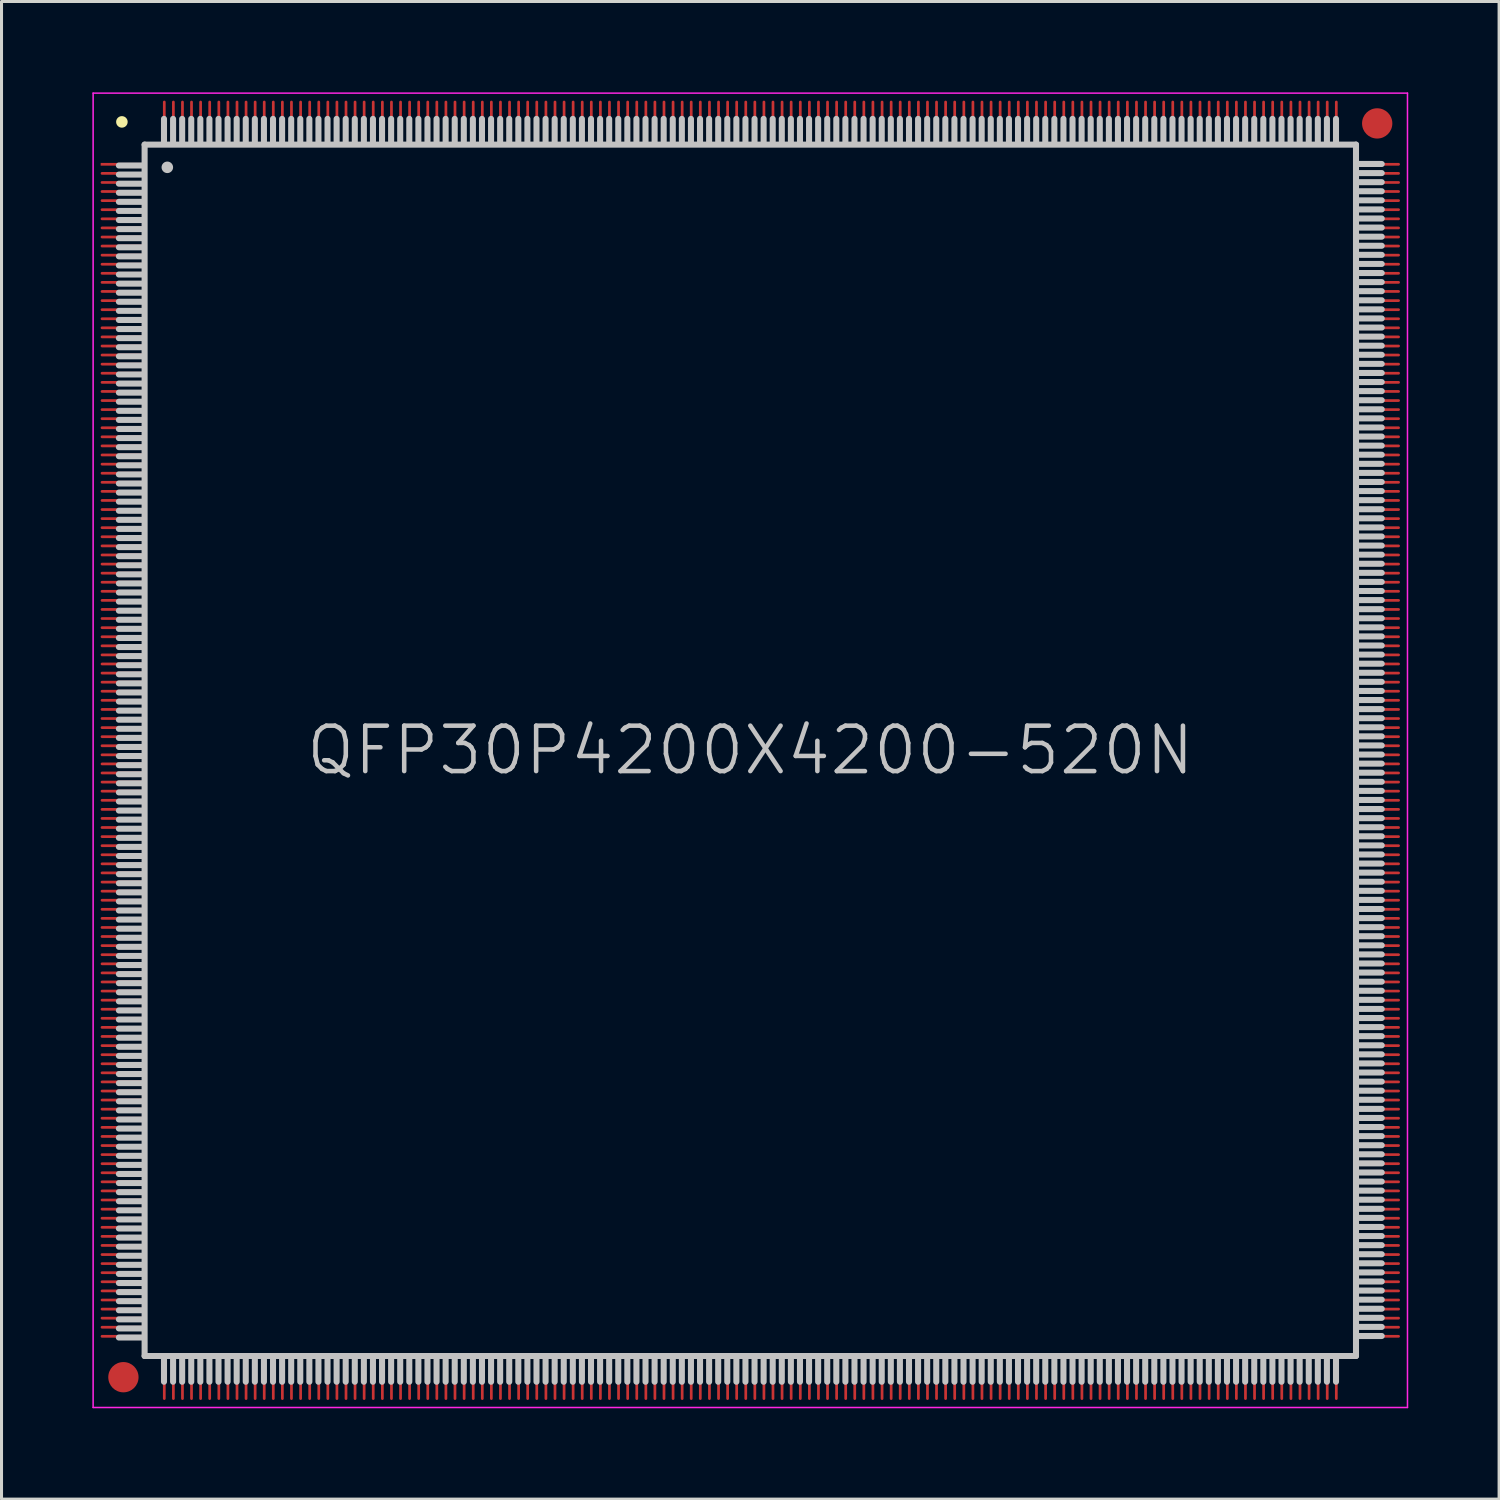
<source format=kicad_pcb>
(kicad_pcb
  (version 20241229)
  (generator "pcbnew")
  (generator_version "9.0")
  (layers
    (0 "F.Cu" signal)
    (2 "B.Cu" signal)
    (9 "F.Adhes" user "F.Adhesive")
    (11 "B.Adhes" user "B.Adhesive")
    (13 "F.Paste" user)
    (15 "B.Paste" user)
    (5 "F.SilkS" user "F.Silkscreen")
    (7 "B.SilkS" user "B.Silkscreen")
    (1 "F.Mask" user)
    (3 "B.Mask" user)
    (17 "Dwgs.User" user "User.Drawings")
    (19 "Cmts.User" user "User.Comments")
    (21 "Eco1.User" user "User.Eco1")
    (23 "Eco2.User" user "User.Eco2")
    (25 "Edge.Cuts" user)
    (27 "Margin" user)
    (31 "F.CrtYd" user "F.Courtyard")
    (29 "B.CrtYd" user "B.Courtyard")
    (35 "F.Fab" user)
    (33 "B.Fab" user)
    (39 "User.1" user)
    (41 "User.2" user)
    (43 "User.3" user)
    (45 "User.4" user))
  (footprint "QFP30P4200X4200-520N"
    (layer "F.Cu")
    (at 21.725 21.725)
    (property "Reference" "QFP30P4200X4200-520N" (at 0 0 0) (layer "Dwgs.User") (effects (font (size 1.5 1.5) (thickness 0.15))))
    (attr smd)
    (fp_line (start -20.75 -20.75) (end -20.75 -20.75) (stroke (width 0.381) (type solid)) (layer "F.SilkS"))
    (fp_line (start -20.05 -19.31) (end -20.85 -19.31) (stroke (width 0.2) (type solid)) (layer "Dwgs.User"))
    (fp_line (start -20.05 -19.01) (end -20.85 -19.01) (stroke (width 0.2) (type solid)) (layer "Dwgs.User"))
    (fp_line (start -20.05 -18.71) (end -20.85 -18.71) (stroke (width 0.2) (type solid)) (layer "Dwgs.User"))
    (fp_line (start -20.05 -18.41) (end -20.85 -18.41) (stroke (width 0.2) (type solid)) (layer "Dwgs.User"))
    (fp_line (start -20.05 -18.11) (end -20.85 -18.11) (stroke (width 0.2) (type solid)) (layer "Dwgs.User"))
    (fp_line (start -20.05 -17.81) (end -20.85 -17.81) (stroke (width 0.2) (type solid)) (layer "Dwgs.User"))
    (fp_line (start -20.05 -17.51) (end -20.85 -17.51) (stroke (width 0.2) (type solid)) (layer "Dwgs.User"))
    (fp_line (start -20.05 -17.21) (end -20.85 -17.21) (stroke (width 0.2) (type solid)) (layer "Dwgs.User"))
    (fp_line (start -20.05 -16.91) (end -20.85 -16.91) (stroke (width 0.2) (type solid)) (layer "Dwgs.User"))
    (fp_line (start -20.05 -16.61) (end -20.85 -16.61) (stroke (width 0.2) (type solid)) (layer "Dwgs.User"))
    (fp_line (start -20.05 -16.31) (end -20.85 -16.31) (stroke (width 0.2) (type solid)) (layer "Dwgs.User"))
    (fp_line (start -20.05 -16.01) (end -20.85 -16.01) (stroke (width 0.2) (type solid)) (layer "Dwgs.User"))
    (fp_line (start -20.05 -15.71) (end -20.85 -15.71) (stroke (width 0.2) (type solid)) (layer "Dwgs.User"))
    (fp_line (start -20.05 -15.41) (end -20.85 -15.41) (stroke (width 0.2) (type solid)) (layer "Dwgs.User"))
    (fp_line (start -20.05 -15.11) (end -20.85 -15.11) (stroke (width 0.2) (type solid)) (layer "Dwgs.User"))
    (fp_line (start -20.05 -14.81) (end -20.85 -14.81) (stroke (width 0.2) (type solid)) (layer "Dwgs.User"))
    (fp_line (start -20.05 -14.51) (end -20.85 -14.51) (stroke (width 0.2) (type solid)) (layer "Dwgs.User"))
    (fp_line (start -20.05 -14.21) (end -20.85 -14.21) (stroke (width 0.2) (type solid)) (layer "Dwgs.User"))
    (fp_line (start -20.05 -13.91) (end -20.85 -13.91) (stroke (width 0.2) (type solid)) (layer "Dwgs.User"))
    (fp_line (start -20.05 -13.61) (end -20.85 -13.61) (stroke (width 0.2) (type solid)) (layer "Dwgs.User"))
    (fp_line (start -20.05 -13.31) (end -20.85 -13.31) (stroke (width 0.2) (type solid)) (layer "Dwgs.User"))
    (fp_line (start -20.05 -13.01) (end -20.85 -13.01) (stroke (width 0.2) (type solid)) (layer "Dwgs.User"))
    (fp_line (start -20.05 -12.71) (end -20.85 -12.71) (stroke (width 0.2) (type solid)) (layer "Dwgs.User"))
    (fp_line (start -20.05 -12.41) (end -20.85 -12.41) (stroke (width 0.2) (type solid)) (layer "Dwgs.User"))
    (fp_line (start -20.05 -12.11) (end -20.85 -12.11) (stroke (width 0.2) (type solid)) (layer "Dwgs.User"))
    (fp_line (start -20.05 -11.81) (end -20.85 -11.81) (stroke (width 0.2) (type solid)) (layer "Dwgs.User"))
    (fp_line (start -20.05 -11.51) (end -20.85 -11.51) (stroke (width 0.2) (type solid)) (layer "Dwgs.User"))
    (fp_line (start -20.05 -11.21) (end -20.85 -11.21) (stroke (width 0.2) (type solid)) (layer "Dwgs.User"))
    (fp_line (start -20.05 -10.91) (end -20.85 -10.91) (stroke (width 0.2) (type solid)) (layer "Dwgs.User"))
    (fp_line (start -20.05 -10.61) (end -20.85 -10.61) (stroke (width 0.2) (type solid)) (layer "Dwgs.User"))
    (fp_line (start -20.05 -10.31) (end -20.85 -10.31) (stroke (width 0.2) (type solid)) (layer "Dwgs.User"))
    (fp_line (start -20.05 -10.01) (end -20.85 -10.01) (stroke (width 0.2) (type solid)) (layer "Dwgs.User"))
    (fp_line (start -20.05 -9.71) (end -20.85 -9.71) (stroke (width 0.2) (type solid)) (layer "Dwgs.User"))
    (fp_line (start -20.05 -9.41) (end -20.85 -9.41) (stroke (width 0.2) (type solid)) (layer "Dwgs.User"))
    (fp_line (start -20.05 -9.11) (end -20.85 -9.11) (stroke (width 0.2) (type solid)) (layer "Dwgs.User"))
    (fp_line (start -20.05 -8.81) (end -20.85 -8.81) (stroke (width 0.2) (type solid)) (layer "Dwgs.User"))
    (fp_line (start -20.05 -8.51) (end -20.85 -8.51) (stroke (width 0.2) (type solid)) (layer "Dwgs.User"))
    (fp_line (start -20.05 -8.21) (end -20.85 -8.21) (stroke (width 0.2) (type solid)) (layer "Dwgs.User"))
    (fp_line (start -20.05 -7.91) (end -20.85 -7.91) (stroke (width 0.2) (type solid)) (layer "Dwgs.User"))
    (fp_line (start -20.05 -7.61) (end -20.85 -7.61) (stroke (width 0.2) (type solid)) (layer "Dwgs.User"))
    (fp_line (start -20.05 -7.31) (end -20.85 -7.31) (stroke (width 0.2) (type solid)) (layer "Dwgs.User"))
    (fp_line (start -20.05 -7.01) (end -20.85 -7.01) (stroke (width 0.2) (type solid)) (layer "Dwgs.User"))
    (fp_line (start -20.05 -6.71) (end -20.85 -6.71) (stroke (width 0.2) (type solid)) (layer "Dwgs.User"))
    (fp_line (start -20.05 -6.41) (end -20.85 -6.41) (stroke (width 0.2) (type solid)) (layer "Dwgs.User"))
    (fp_line (start -20.05 -6.11) (end -20.85 -6.11) (stroke (width 0.2) (type solid)) (layer "Dwgs.User"))
    (fp_line (start -20.05 -5.81) (end -20.85 -5.81) (stroke (width 0.2) (type solid)) (layer "Dwgs.User"))
    (fp_line (start -20.05 -5.51) (end -20.85 -5.51) (stroke (width 0.2) (type solid)) (layer "Dwgs.User"))
    (fp_line (start -20.05 -5.21) (end -20.85 -5.21) (stroke (width 0.2) (type solid)) (layer "Dwgs.User"))
    (fp_line (start -20.05 -4.91) (end -20.85 -4.91) (stroke (width 0.2) (type solid)) (layer "Dwgs.User"))
    (fp_line (start -20.05 -4.61) (end -20.85 -4.61) (stroke (width 0.2) (type solid)) (layer "Dwgs.User"))
    (fp_line (start -20.05 -4.31) (end -20.85 -4.31) (stroke (width 0.2) (type solid)) (layer "Dwgs.User"))
    (fp_line (start -20.05 -4.01) (end -20.85 -4.01) (stroke (width 0.2) (type solid)) (layer "Dwgs.User"))
    (fp_line (start -20.05 -3.71) (end -20.85 -3.71) (stroke (width 0.2) (type solid)) (layer "Dwgs.User"))
    (fp_line (start -20.05 -3.41) (end -20.85 -3.41) (stroke (width 0.2) (type solid)) (layer "Dwgs.User"))
    (fp_line (start -20.05 -3.11) (end -20.85 -3.11) (stroke (width 0.2) (type solid)) (layer "Dwgs.User"))
    (fp_line (start -20.05 -2.81) (end -20.85 -2.81) (stroke (width 0.2) (type solid)) (layer "Dwgs.User"))
    (fp_line (start -20.05 -2.51) (end -20.85 -2.51) (stroke (width 0.2) (type solid)) (layer "Dwgs.User"))
    (fp_line (start -20.05 -2.21) (end -20.85 -2.21) (stroke (width 0.2) (type solid)) (layer "Dwgs.User"))
    (fp_line (start -20.05 -1.91) (end -20.85 -1.91) (stroke (width 0.2) (type solid)) (layer "Dwgs.User"))
    (fp_line (start -20.05 -1.61) (end -20.85 -1.61) (stroke (width 0.2) (type solid)) (layer "Dwgs.User"))
    (fp_line (start -20.05 -1.31) (end -20.85 -1.31) (stroke (width 0.2) (type solid)) (layer "Dwgs.User"))
    (fp_line (start -20.05 -1.01) (end -20.85 -1.01) (stroke (width 0.2) (type solid)) (layer "Dwgs.User"))
    (fp_line (start -20.05 -0.71) (end -20.85 -0.71) (stroke (width 0.2) (type solid)) (layer "Dwgs.User"))
    (fp_line (start -20.05 -0.41) (end -20.85 -0.41) (stroke (width 0.2) (type solid)) (layer "Dwgs.User"))
    (fp_line (start -20.05 -0.11) (end -20.85 -0.11) (stroke (width 0.2) (type solid)) (layer "Dwgs.User"))
    (fp_line (start -20.05 0.19) (end -20.85 0.19) (stroke (width 0.2) (type solid)) (layer "Dwgs.User"))
    (fp_line (start -20.05 0.49) (end -20.85 0.49) (stroke (width 0.2) (type solid)) (layer "Dwgs.User"))
    (fp_line (start -20.05 0.79) (end -20.85 0.79) (stroke (width 0.2) (type solid)) (layer "Dwgs.User"))
    (fp_line (start -20.05 1.09) (end -20.85 1.09) (stroke (width 0.2) (type solid)) (layer "Dwgs.User"))
    (fp_line (start -20.05 1.39) (end -20.85 1.39) (stroke (width 0.2) (type solid)) (layer "Dwgs.User"))
    (fp_line (start -20.05 1.69) (end -20.85 1.69) (stroke (width 0.2) (type solid)) (layer "Dwgs.User"))
    (fp_line (start -20.05 1.99) (end -20.85 1.99) (stroke (width 0.2) (type solid)) (layer "Dwgs.User"))
    (fp_line (start -20.05 2.29) (end -20.85 2.29) (stroke (width 0.2) (type solid)) (layer "Dwgs.User"))
    (fp_line (start -20.05 2.59) (end -20.85 2.59) (stroke (width 0.2) (type solid)) (layer "Dwgs.User"))
    (fp_line (start -20.05 2.89) (end -20.85 2.89) (stroke (width 0.2) (type solid)) (layer "Dwgs.User"))
    (fp_line (start -20.05 3.19) (end -20.85 3.19) (stroke (width 0.2) (type solid)) (layer "Dwgs.User"))
    (fp_line (start -20.05 3.49) (end -20.85 3.49) (stroke (width 0.2) (type solid)) (layer "Dwgs.User"))
    (fp_line (start -20.05 3.79) (end -20.85 3.79) (stroke (width 0.2) (type solid)) (layer "Dwgs.User"))
    (fp_line (start -20.05 4.09) (end -20.85 4.09) (stroke (width 0.2) (type solid)) (layer "Dwgs.User"))
    (fp_line (start -20.05 4.39) (end -20.85 4.39) (stroke (width 0.2) (type solid)) (layer "Dwgs.User"))
    (fp_line (start -20.05 4.69) (end -20.85 4.69) (stroke (width 0.2) (type solid)) (layer "Dwgs.User"))
    (fp_line (start -20.05 4.99) (end -20.85 4.99) (stroke (width 0.2) (type solid)) (layer "Dwgs.User"))
    (fp_line (start -20.05 5.29) (end -20.85 5.29) (stroke (width 0.2) (type solid)) (layer "Dwgs.User"))
    (fp_line (start -20.05 5.59) (end -20.85 5.59) (stroke (width 0.2) (type solid)) (layer "Dwgs.User"))
    (fp_line (start -20.05 5.89) (end -20.85 5.89) (stroke (width 0.2) (type solid)) (layer "Dwgs.User"))
    (fp_line (start -20.05 6.19) (end -20.85 6.19) (stroke (width 0.2) (type solid)) (layer "Dwgs.User"))
    (fp_line (start -20.05 6.49) (end -20.85 6.49) (stroke (width 0.2) (type solid)) (layer "Dwgs.User"))
    (fp_line (start -20.05 6.79) (end -20.85 6.79) (stroke (width 0.2) (type solid)) (layer "Dwgs.User"))
    (fp_line (start -20.05 7.09) (end -20.85 7.09) (stroke (width 0.2) (type solid)) (layer "Dwgs.User"))
    (fp_line (start -20.05 7.39) (end -20.85 7.39) (stroke (width 0.2) (type solid)) (layer "Dwgs.User"))
    (fp_line (start -20.05 7.69) (end -20.85 7.69) (stroke (width 0.2) (type solid)) (layer "Dwgs.User"))
    (fp_line (start -20.05 7.99) (end -20.85 7.99) (stroke (width 0.2) (type solid)) (layer "Dwgs.User"))
    (fp_line (start -20.05 8.29) (end -20.85 8.29) (stroke (width 0.2) (type solid)) (layer "Dwgs.User"))
    (fp_line (start -20.05 8.59) (end -20.85 8.59) (stroke (width 0.2) (type solid)) (layer "Dwgs.User"))
    (fp_line (start -20.05 8.89) (end -20.85 8.89) (stroke (width 0.2) (type solid)) (layer "Dwgs.User"))
    (fp_line (start -20.05 9.19) (end -20.85 9.19) (stroke (width 0.2) (type solid)) (layer "Dwgs.User"))
    (fp_line (start -20.05 9.49) (end -20.85 9.49) (stroke (width 0.2) (type solid)) (layer "Dwgs.User"))
    (fp_line (start -20.05 9.79) (end -20.85 9.79) (stroke (width 0.2) (type solid)) (layer "Dwgs.User"))
    (fp_line (start -20.05 10.09) (end -20.85 10.09) (stroke (width 0.2) (type solid)) (layer "Dwgs.User"))
    (fp_line (start -20.05 10.39) (end -20.85 10.39) (stroke (width 0.2) (type solid)) (layer "Dwgs.User"))
    (fp_line (start -20.05 10.69) (end -20.85 10.69) (stroke (width 0.2) (type solid)) (layer "Dwgs.User"))
    (fp_line (start -20.05 10.99) (end -20.85 10.99) (stroke (width 0.2) (type solid)) (layer "Dwgs.User"))
    (fp_line (start -20.05 11.29) (end -20.85 11.29) (stroke (width 0.2) (type solid)) (layer "Dwgs.User"))
    (fp_line (start -20.05 11.59) (end -20.85 11.59) (stroke (width 0.2) (type solid)) (layer "Dwgs.User"))
    (fp_line (start -20.05 11.89) (end -20.85 11.89) (stroke (width 0.2) (type solid)) (layer "Dwgs.User"))
    (fp_line (start -20.05 12.19) (end -20.85 12.19) (stroke (width 0.2) (type solid)) (layer "Dwgs.User"))
    (fp_line (start -20.05 12.49) (end -20.85 12.49) (stroke (width 0.2) (type solid)) (layer "Dwgs.User"))
    (fp_line (start -20.05 12.79) (end -20.85 12.79) (stroke (width 0.2) (type solid)) (layer "Dwgs.User"))
    (fp_line (start -20.05 13.09) (end -20.85 13.09) (stroke (width 0.2) (type solid)) (layer "Dwgs.User"))
    (fp_line (start -20.05 13.39) (end -20.85 13.39) (stroke (width 0.2) (type solid)) (layer "Dwgs.User"))
    (fp_line (start -20.05 13.69) (end -20.85 13.69) (stroke (width 0.2) (type solid)) (layer "Dwgs.User"))
    (fp_line (start -20.05 13.99) (end -20.85 13.99) (stroke (width 0.2) (type solid)) (layer "Dwgs.User"))
    (fp_line (start -20.05 14.29) (end -20.85 14.29) (stroke (width 0.2) (type solid)) (layer "Dwgs.User"))
    (fp_line (start -20.05 14.59) (end -20.85 14.59) (stroke (width 0.2) (type solid)) (layer "Dwgs.User"))
    (fp_line (start -20.05 14.89) (end -20.85 14.89) (stroke (width 0.2) (type solid)) (layer "Dwgs.User"))
    (fp_line (start -20.05 15.19) (end -20.85 15.19) (stroke (width 0.2) (type solid)) (layer "Dwgs.User"))
    (fp_line (start -20.05 15.49) (end -20.85 15.49) (stroke (width 0.2) (type solid)) (layer "Dwgs.User"))
    (fp_line (start -20.05 15.79) (end -20.85 15.79) (stroke (width 0.2) (type solid)) (layer "Dwgs.User"))
    (fp_line (start -20.05 16.09) (end -20.85 16.09) (stroke (width 0.2) (type solid)) (layer "Dwgs.User"))
    (fp_line (start -20.05 16.39) (end -20.85 16.39) (stroke (width 0.2) (type solid)) (layer "Dwgs.User"))
    (fp_line (start -20.05 16.69) (end -20.85 16.69) (stroke (width 0.2) (type solid)) (layer "Dwgs.User"))
    (fp_line (start -20.05 16.99) (end -20.85 16.99) (stroke (width 0.2) (type solid)) (layer "Dwgs.User"))
    (fp_line (start -20.05 17.29) (end -20.85 17.29) (stroke (width 0.2) (type solid)) (layer "Dwgs.User"))
    (fp_line (start -20.05 17.59) (end -20.85 17.59) (stroke (width 0.2) (type solid)) (layer "Dwgs.User"))
    (fp_line (start -20.05 17.89) (end -20.85 17.89) (stroke (width 0.2) (type solid)) (layer "Dwgs.User"))
    (fp_line (start -20.05 18.19) (end -20.85 18.19) (stroke (width 0.2) (type solid)) (layer "Dwgs.User"))
    (fp_line (start -20.05 18.49) (end -20.85 18.49) (stroke (width 0.2) (type solid)) (layer "Dwgs.User"))
    (fp_line (start -20.05 18.79) (end -20.85 18.79) (stroke (width 0.2) (type solid)) (layer "Dwgs.User"))
    (fp_line (start -20.05 19.09) (end -20.85 19.09) (stroke (width 0.2) (type solid)) (layer "Dwgs.User"))
    (fp_line (start -20.05 19.39) (end -20.85 19.39) (stroke (width 0.2) (type solid)) (layer "Dwgs.User"))
    (fp_line (start -20 -20) (end -20 20) (stroke (width 0.2) (type solid)) (layer "Dwgs.User"))
    (fp_line (start -20 -20) (end 20 -20) (stroke (width 0.2) (type solid)) (layer "Dwgs.User"))
    (fp_line (start -20 20) (end 20 20) (stroke (width 0.2) (type solid)) (layer "Dwgs.User"))
    (fp_line (start -19.36 -20.85) (end -19.36 -20.05) (stroke (width 0.2) (type solid)) (layer "Dwgs.User"))
    (fp_line (start -19.36 20.05) (end -19.36 20.85) (stroke (width 0.2) (type solid)) (layer "Dwgs.User"))
    (fp_line (start -19.25 -19.25) (end -19.25 -19.25) (stroke (width 0.381) (type solid)) (layer "Dwgs.User"))
    (fp_line (start -19.06 -20.85) (end -19.06 -20.05) (stroke (width 0.2) (type solid)) (layer "Dwgs.User"))
    (fp_line (start -19.06 20.05) (end -19.06 20.85) (stroke (width 0.2) (type solid)) (layer "Dwgs.User"))
    (fp_line (start -18.76 -20.85) (end -18.76 -20.05) (stroke (width 0.2) (type solid)) (layer "Dwgs.User"))
    (fp_line (start -18.76 20.05) (end -18.76 20.85) (stroke (width 0.2) (type solid)) (layer "Dwgs.User"))
    (fp_line (start -18.46 -20.85) (end -18.46 -20.05) (stroke (width 0.2) (type solid)) (layer "Dwgs.User"))
    (fp_line (start -18.46 20.05) (end -18.46 20.85) (stroke (width 0.2) (type solid)) (layer "Dwgs.User"))
    (fp_line (start -18.16 -20.85) (end -18.16 -20.05) (stroke (width 0.2) (type solid)) (layer "Dwgs.User"))
    (fp_line (start -18.16 20.05) (end -18.16 20.85) (stroke (width 0.2) (type solid)) (layer "Dwgs.User"))
    (fp_line (start -17.86 -20.85) (end -17.86 -20.05) (stroke (width 0.2) (type solid)) (layer "Dwgs.User"))
    (fp_line (start -17.86 20.05) (end -17.86 20.85) (stroke (width 0.2) (type solid)) (layer "Dwgs.User"))
    (fp_line (start -17.56 -20.85) (end -17.56 -20.05) (stroke (width 0.2) (type solid)) (layer "Dwgs.User"))
    (fp_line (start -17.56 20.05) (end -17.56 20.85) (stroke (width 0.2) (type solid)) (layer "Dwgs.User"))
    (fp_line (start -17.26 -20.85) (end -17.26 -20.05) (stroke (width 0.2) (type solid)) (layer "Dwgs.User"))
    (fp_line (start -17.26 20.05) (end -17.26 20.85) (stroke (width 0.2) (type solid)) (layer "Dwgs.User"))
    (fp_line (start -16.96 -20.85) (end -16.96 -20.05) (stroke (width 0.2) (type solid)) (layer "Dwgs.User"))
    (fp_line (start -16.96 20.05) (end -16.96 20.85) (stroke (width 0.2) (type solid)) (layer "Dwgs.User"))
    (fp_line (start -16.66 -20.85) (end -16.66 -20.05) (stroke (width 0.2) (type solid)) (layer "Dwgs.User"))
    (fp_line (start -16.66 20.05) (end -16.66 20.85) (stroke (width 0.2) (type solid)) (layer "Dwgs.User"))
    (fp_line (start -16.36 -20.85) (end -16.36 -20.05) (stroke (width 0.2) (type solid)) (layer "Dwgs.User"))
    (fp_line (start -16.36 20.05) (end -16.36 20.85) (stroke (width 0.2) (type solid)) (layer "Dwgs.User"))
    (fp_line (start -16.06 -20.85) (end -16.06 -20.05) (stroke (width 0.2) (type solid)) (layer "Dwgs.User"))
    (fp_line (start -16.06 20.05) (end -16.06 20.85) (stroke (width 0.2) (type solid)) (layer "Dwgs.User"))
    (fp_line (start -15.76 -20.85) (end -15.76 -20.05) (stroke (width 0.2) (type solid)) (layer "Dwgs.User"))
    (fp_line (start -15.76 20.05) (end -15.76 20.85) (stroke (width 0.2) (type solid)) (layer "Dwgs.User"))
    (fp_line (start -15.46 -20.85) (end -15.46 -20.05) (stroke (width 0.2) (type solid)) (layer "Dwgs.User"))
    (fp_line (start -15.46 20.05) (end -15.46 20.85) (stroke (width 0.2) (type solid)) (layer "Dwgs.User"))
    (fp_line (start -15.16 -20.85) (end -15.16 -20.05) (stroke (width 0.2) (type solid)) (layer "Dwgs.User"))
    (fp_line (start -15.16 20.05) (end -15.16 20.85) (stroke (width 0.2) (type solid)) (layer "Dwgs.User"))
    (fp_line (start -14.86 -20.85) (end -14.86 -20.05) (stroke (width 0.2) (type solid)) (layer "Dwgs.User"))
    (fp_line (start -14.86 20.05) (end -14.86 20.85) (stroke (width 0.2) (type solid)) (layer "Dwgs.User"))
    (fp_line (start -14.56 -20.85) (end -14.56 -20.05) (stroke (width 0.2) (type solid)) (layer "Dwgs.User"))
    (fp_line (start -14.56 20.05) (end -14.56 20.85) (stroke (width 0.2) (type solid)) (layer "Dwgs.User"))
    (fp_line (start -14.26 -20.85) (end -14.26 -20.05) (stroke (width 0.2) (type solid)) (layer "Dwgs.User"))
    (fp_line (start -14.26 20.05) (end -14.26 20.85) (stroke (width 0.2) (type solid)) (layer "Dwgs.User"))
    (fp_line (start -13.96 -20.85) (end -13.96 -20.05) (stroke (width 0.2) (type solid)) (layer "Dwgs.User"))
    (fp_line (start -13.96 20.05) (end -13.96 20.85) (stroke (width 0.2) (type solid)) (layer "Dwgs.User"))
    (fp_line (start -13.66 -20.85) (end -13.66 -20.05) (stroke (width 0.2) (type solid)) (layer "Dwgs.User"))
    (fp_line (start -13.66 20.05) (end -13.66 20.85) (stroke (width 0.2) (type solid)) (layer "Dwgs.User"))
    (fp_line (start -13.36 -20.85) (end -13.36 -20.05) (stroke (width 0.2) (type solid)) (layer "Dwgs.User"))
    (fp_line (start -13.36 20.05) (end -13.36 20.85) (stroke (width 0.2) (type solid)) (layer "Dwgs.User"))
    (fp_line (start -13.06 -20.85) (end -13.06 -20.05) (stroke (width 0.2) (type solid)) (layer "Dwgs.User"))
    (fp_line (start -13.06 20.05) (end -13.06 20.85) (stroke (width 0.2) (type solid)) (layer "Dwgs.User"))
    (fp_line (start -12.76 -20.85) (end -12.76 -20.05) (stroke (width 0.2) (type solid)) (layer "Dwgs.User"))
    (fp_line (start -12.76 20.05) (end -12.76 20.85) (stroke (width 0.2) (type solid)) (layer "Dwgs.User"))
    (fp_line (start -12.46 -20.85) (end -12.46 -20.05) (stroke (width 0.2) (type solid)) (layer "Dwgs.User"))
    (fp_line (start -12.46 20.05) (end -12.46 20.85) (stroke (width 0.2) (type solid)) (layer "Dwgs.User"))
    (fp_line (start -12.16 -20.85) (end -12.16 -20.05) (stroke (width 0.2) (type solid)) (layer "Dwgs.User"))
    (fp_line (start -12.16 20.05) (end -12.16 20.85) (stroke (width 0.2) (type solid)) (layer "Dwgs.User"))
    (fp_line (start -11.86 -20.85) (end -11.86 -20.05) (stroke (width 0.2) (type solid)) (layer "Dwgs.User"))
    (fp_line (start -11.86 20.05) (end -11.86 20.85) (stroke (width 0.2) (type solid)) (layer "Dwgs.User"))
    (fp_line (start -11.56 -20.85) (end -11.56 -20.05) (stroke (width 0.2) (type solid)) (layer "Dwgs.User"))
    (fp_line (start -11.56 20.05) (end -11.56 20.85) (stroke (width 0.2) (type solid)) (layer "Dwgs.User"))
    (fp_line (start -11.26 -20.85) (end -11.26 -20.05) (stroke (width 0.2) (type solid)) (layer "Dwgs.User"))
    (fp_line (start -11.26 20.05) (end -11.26 20.85) (stroke (width 0.2) (type solid)) (layer "Dwgs.User"))
    (fp_line (start -10.96 -20.85) (end -10.96 -20.05) (stroke (width 0.2) (type solid)) (layer "Dwgs.User"))
    (fp_line (start -10.96 20.05) (end -10.96 20.85) (stroke (width 0.2) (type solid)) (layer "Dwgs.User"))
    (fp_line (start -10.66 -20.85) (end -10.66 -20.05) (stroke (width 0.2) (type solid)) (layer "Dwgs.User"))
    (fp_line (start -10.66 20.05) (end -10.66 20.85) (stroke (width 0.2) (type solid)) (layer "Dwgs.User"))
    (fp_line (start -10.36 -20.85) (end -10.36 -20.05) (stroke (width 0.2) (type solid)) (layer "Dwgs.User"))
    (fp_line (start -10.36 20.05) (end -10.36 20.85) (stroke (width 0.2) (type solid)) (layer "Dwgs.User"))
    (fp_line (start -10.06 -20.85) (end -10.06 -20.05) (stroke (width 0.2) (type solid)) (layer "Dwgs.User"))
    (fp_line (start -10.06 20.05) (end -10.06 20.85) (stroke (width 0.2) (type solid)) (layer "Dwgs.User"))
    (fp_line (start -9.76 -20.85) (end -9.76 -20.05) (stroke (width 0.2) (type solid)) (layer "Dwgs.User"))
    (fp_line (start -9.76 20.05) (end -9.76 20.85) (stroke (width 0.2) (type solid)) (layer "Dwgs.User"))
    (fp_line (start -9.46 -20.85) (end -9.46 -20.05) (stroke (width 0.2) (type solid)) (layer "Dwgs.User"))
    (fp_line (start -9.46 20.05) (end -9.46 20.85) (stroke (width 0.2) (type solid)) (layer "Dwgs.User"))
    (fp_line (start -9.16 -20.85) (end -9.16 -20.05) (stroke (width 0.2) (type solid)) (layer "Dwgs.User"))
    (fp_line (start -9.16 20.05) (end -9.16 20.85) (stroke (width 0.2) (type solid)) (layer "Dwgs.User"))
    (fp_line (start -8.86 -20.85) (end -8.86 -20.05) (stroke (width 0.2) (type solid)) (layer "Dwgs.User"))
    (fp_line (start -8.86 20.05) (end -8.86 20.85) (stroke (width 0.2) (type solid)) (layer "Dwgs.User"))
    (fp_line (start -8.56 -20.85) (end -8.56 -20.05) (stroke (width 0.2) (type solid)) (layer "Dwgs.User"))
    (fp_line (start -8.56 20.05) (end -8.56 20.85) (stroke (width 0.2) (type solid)) (layer "Dwgs.User"))
    (fp_line (start -8.26 -20.85) (end -8.26 -20.05) (stroke (width 0.2) (type solid)) (layer "Dwgs.User"))
    (fp_line (start -8.26 20.05) (end -8.26 20.85) (stroke (width 0.2) (type solid)) (layer "Dwgs.User"))
    (fp_line (start -7.96 -20.85) (end -7.96 -20.05) (stroke (width 0.2) (type solid)) (layer "Dwgs.User"))
    (fp_line (start -7.96 20.05) (end -7.96 20.85) (stroke (width 0.2) (type solid)) (layer "Dwgs.User"))
    (fp_line (start -7.66 -20.85) (end -7.66 -20.05) (stroke (width 0.2) (type solid)) (layer "Dwgs.User"))
    (fp_line (start -7.66 20.05) (end -7.66 20.85) (stroke (width 0.2) (type solid)) (layer "Dwgs.User"))
    (fp_line (start -7.36 -20.85) (end -7.36 -20.05) (stroke (width 0.2) (type solid)) (layer "Dwgs.User"))
    (fp_line (start -7.36 20.05) (end -7.36 20.85) (stroke (width 0.2) (type solid)) (layer "Dwgs.User"))
    (fp_line (start -7.06 -20.85) (end -7.06 -20.05) (stroke (width 0.2) (type solid)) (layer "Dwgs.User"))
    (fp_line (start -7.06 20.05) (end -7.06 20.85) (stroke (width 0.2) (type solid)) (layer "Dwgs.User"))
    (fp_line (start -6.76 -20.85) (end -6.76 -20.05) (stroke (width 0.2) (type solid)) (layer "Dwgs.User"))
    (fp_line (start -6.76 20.05) (end -6.76 20.85) (stroke (width 0.2) (type solid)) (layer "Dwgs.User"))
    (fp_line (start -6.46 -20.85) (end -6.46 -20.05) (stroke (width 0.2) (type solid)) (layer "Dwgs.User"))
    (fp_line (start -6.46 20.05) (end -6.46 20.85) (stroke (width 0.2) (type solid)) (layer "Dwgs.User"))
    (fp_line (start -6.16 -20.85) (end -6.16 -20.05) (stroke (width 0.2) (type solid)) (layer "Dwgs.User"))
    (fp_line (start -6.16 20.05) (end -6.16 20.85) (stroke (width 0.2) (type solid)) (layer "Dwgs.User"))
    (fp_line (start -5.86 -20.85) (end -5.86 -20.05) (stroke (width 0.2) (type solid)) (layer "Dwgs.User"))
    (fp_line (start -5.86 20.05) (end -5.86 20.85) (stroke (width 0.2) (type solid)) (layer "Dwgs.User"))
    (fp_line (start -5.56 -20.85) (end -5.56 -20.05) (stroke (width 0.2) (type solid)) (layer "Dwgs.User"))
    (fp_line (start -5.56 20.05) (end -5.56 20.85) (stroke (width 0.2) (type solid)) (layer "Dwgs.User"))
    (fp_line (start -5.26 -20.85) (end -5.26 -20.05) (stroke (width 0.2) (type solid)) (layer "Dwgs.User"))
    (fp_line (start -5.26 20.05) (end -5.26 20.85) (stroke (width 0.2) (type solid)) (layer "Dwgs.User"))
    (fp_line (start -4.96 -20.85) (end -4.96 -20.05) (stroke (width 0.2) (type solid)) (layer "Dwgs.User"))
    (fp_line (start -4.96 20.05) (end -4.96 20.85) (stroke (width 0.2) (type solid)) (layer "Dwgs.User"))
    (fp_line (start -4.66 -20.85) (end -4.66 -20.05) (stroke (width 0.2) (type solid)) (layer "Dwgs.User"))
    (fp_line (start -4.66 20.05) (end -4.66 20.85) (stroke (width 0.2) (type solid)) (layer "Dwgs.User"))
    (fp_line (start -4.36 -20.85) (end -4.36 -20.05) (stroke (width 0.2) (type solid)) (layer "Dwgs.User"))
    (fp_line (start -4.36 20.05) (end -4.36 20.85) (stroke (width 0.2) (type solid)) (layer "Dwgs.User"))
    (fp_line (start -4.06 -20.85) (end -4.06 -20.05) (stroke (width 0.2) (type solid)) (layer "Dwgs.User"))
    (fp_line (start -4.06 20.05) (end -4.06 20.85) (stroke (width 0.2) (type solid)) (layer "Dwgs.User"))
    (fp_line (start -3.76 -20.85) (end -3.76 -20.05) (stroke (width 0.2) (type solid)) (layer "Dwgs.User"))
    (fp_line (start -3.76 20.05) (end -3.76 20.85) (stroke (width 0.2) (type solid)) (layer "Dwgs.User"))
    (fp_line (start -3.46 -20.85) (end -3.46 -20.05) (stroke (width 0.2) (type solid)) (layer "Dwgs.User"))
    (fp_line (start -3.46 20.05) (end -3.46 20.85) (stroke (width 0.2) (type solid)) (layer "Dwgs.User"))
    (fp_line (start -3.16 -20.85) (end -3.16 -20.05) (stroke (width 0.2) (type solid)) (layer "Dwgs.User"))
    (fp_line (start -3.16 20.05) (end -3.16 20.85) (stroke (width 0.2) (type solid)) (layer "Dwgs.User"))
    (fp_line (start -2.86 -20.85) (end -2.86 -20.05) (stroke (width 0.2) (type solid)) (layer "Dwgs.User"))
    (fp_line (start -2.86 20.05) (end -2.86 20.85) (stroke (width 0.2) (type solid)) (layer "Dwgs.User"))
    (fp_line (start -2.56 -20.85) (end -2.56 -20.05) (stroke (width 0.2) (type solid)) (layer "Dwgs.User"))
    (fp_line (start -2.56 20.05) (end -2.56 20.85) (stroke (width 0.2) (type solid)) (layer "Dwgs.User"))
    (fp_line (start -2.26 -20.85) (end -2.26 -20.05) (stroke (width 0.2) (type solid)) (layer "Dwgs.User"))
    (fp_line (start -2.26 20.05) (end -2.26 20.85) (stroke (width 0.2) (type solid)) (layer "Dwgs.User"))
    (fp_line (start -1.96 -20.85) (end -1.96 -20.05) (stroke (width 0.2) (type solid)) (layer "Dwgs.User"))
    (fp_line (start -1.96 20.05) (end -1.96 20.85) (stroke (width 0.2) (type solid)) (layer "Dwgs.User"))
    (fp_line (start -1.66 -20.85) (end -1.66 -20.05) (stroke (width 0.2) (type solid)) (layer "Dwgs.User"))
    (fp_line (start -1.66 20.05) (end -1.66 20.85) (stroke (width 0.2) (type solid)) (layer "Dwgs.User"))
    (fp_line (start -1.36 -20.85) (end -1.36 -20.05) (stroke (width 0.2) (type solid)) (layer "Dwgs.User"))
    (fp_line (start -1.36 20.05) (end -1.36 20.85) (stroke (width 0.2) (type solid)) (layer "Dwgs.User"))
    (fp_line (start -1.06 -20.85) (end -1.06 -20.05) (stroke (width 0.2) (type solid)) (layer "Dwgs.User"))
    (fp_line (start -1.06 20.05) (end -1.06 20.85) (stroke (width 0.2) (type solid)) (layer "Dwgs.User"))
    (fp_line (start -0.76 -20.85) (end -0.76 -20.05) (stroke (width 0.2) (type solid)) (layer "Dwgs.User"))
    (fp_line (start -0.76 20.05) (end -0.76 20.85) (stroke (width 0.2) (type solid)) (layer "Dwgs.User"))
    (fp_line (start -0.46 -20.85) (end -0.46 -20.05) (stroke (width 0.2) (type solid)) (layer "Dwgs.User"))
    (fp_line (start -0.46 20.05) (end -0.46 20.85) (stroke (width 0.2) (type solid)) (layer "Dwgs.User"))
    (fp_line (start -0.16 -20.85) (end -0.16 -20.05) (stroke (width 0.2) (type solid)) (layer "Dwgs.User"))
    (fp_line (start -0.16 20.05) (end -0.16 20.85) (stroke (width 0.2) (type solid)) (layer "Dwgs.User"))
    (fp_line (start 0.14 -20.85) (end 0.14 -20.05) (stroke (width 0.2) (type solid)) (layer "Dwgs.User"))
    (fp_line (start 0.14 20.05) (end 0.14 20.85) (stroke (width 0.2) (type solid)) (layer "Dwgs.User"))
    (fp_line (start 0.44 -20.85) (end 0.44 -20.05) (stroke (width 0.2) (type solid)) (layer "Dwgs.User"))
    (fp_line (start 0.44 20.05) (end 0.44 20.85) (stroke (width 0.2) (type solid)) (layer "Dwgs.User"))
    (fp_line (start 0.74 -20.85) (end 0.74 -20.05) (stroke (width 0.2) (type solid)) (layer "Dwgs.User"))
    (fp_line (start 0.74 20.05) (end 0.74 20.85) (stroke (width 0.2) (type solid)) (layer "Dwgs.User"))
    (fp_line (start 1.04 -20.85) (end 1.04 -20.05) (stroke (width 0.2) (type solid)) (layer "Dwgs.User"))
    (fp_line (start 1.04 20.05) (end 1.04 20.85) (stroke (width 0.2) (type solid)) (layer "Dwgs.User"))
    (fp_line (start 1.34 -20.85) (end 1.34 -20.05) (stroke (width 0.2) (type solid)) (layer "Dwgs.User"))
    (fp_line (start 1.34 20.05) (end 1.34 20.85) (stroke (width 0.2) (type solid)) (layer "Dwgs.User"))
    (fp_line (start 1.64 -20.85) (end 1.64 -20.05) (stroke (width 0.2) (type solid)) (layer "Dwgs.User"))
    (fp_line (start 1.64 20.05) (end 1.64 20.85) (stroke (width 0.2) (type solid)) (layer "Dwgs.User"))
    (fp_line (start 1.94 -20.85) (end 1.94 -20.05) (stroke (width 0.2) (type solid)) (layer "Dwgs.User"))
    (fp_line (start 1.94 20.05) (end 1.94 20.85) (stroke (width 0.2) (type solid)) (layer "Dwgs.User"))
    (fp_line (start 2.24 -20.85) (end 2.24 -20.05) (stroke (width 0.2) (type solid)) (layer "Dwgs.User"))
    (fp_line (start 2.24 20.05) (end 2.24 20.85) (stroke (width 0.2) (type solid)) (layer "Dwgs.User"))
    (fp_line (start 2.54 -20.85) (end 2.54 -20.05) (stroke (width 0.2) (type solid)) (layer "Dwgs.User"))
    (fp_line (start 2.54 20.05) (end 2.54 20.85) (stroke (width 0.2) (type solid)) (layer "Dwgs.User"))
    (fp_line (start 2.84 -20.85) (end 2.84 -20.05) (stroke (width 0.2) (type solid)) (layer "Dwgs.User"))
    (fp_line (start 2.84 20.05) (end 2.84 20.85) (stroke (width 0.2) (type solid)) (layer "Dwgs.User"))
    (fp_line (start 3.14 -20.85) (end 3.14 -20.05) (stroke (width 0.2) (type solid)) (layer "Dwgs.User"))
    (fp_line (start 3.14 20.05) (end 3.14 20.85) (stroke (width 0.2) (type solid)) (layer "Dwgs.User"))
    (fp_line (start 3.44 -20.85) (end 3.44 -20.05) (stroke (width 0.2) (type solid)) (layer "Dwgs.User"))
    (fp_line (start 3.44 20.05) (end 3.44 20.85) (stroke (width 0.2) (type solid)) (layer "Dwgs.User"))
    (fp_line (start 3.74 -20.85) (end 3.74 -20.05) (stroke (width 0.2) (type solid)) (layer "Dwgs.User"))
    (fp_line (start 3.74 20.05) (end 3.74 20.85) (stroke (width 0.2) (type solid)) (layer "Dwgs.User"))
    (fp_line (start 4.04 -20.85) (end 4.04 -20.05) (stroke (width 0.2) (type solid)) (layer "Dwgs.User"))
    (fp_line (start 4.04 20.05) (end 4.04 20.85) (stroke (width 0.2) (type solid)) (layer "Dwgs.User"))
    (fp_line (start 4.34 -20.85) (end 4.34 -20.05) (stroke (width 0.2) (type solid)) (layer "Dwgs.User"))
    (fp_line (start 4.34 20.05) (end 4.34 20.85) (stroke (width 0.2) (type solid)) (layer "Dwgs.User"))
    (fp_line (start 4.64 -20.85) (end 4.64 -20.05) (stroke (width 0.2) (type solid)) (layer "Dwgs.User"))
    (fp_line (start 4.64 20.05) (end 4.64 20.85) (stroke (width 0.2) (type solid)) (layer "Dwgs.User"))
    (fp_line (start 4.94 -20.85) (end 4.94 -20.05) (stroke (width 0.2) (type solid)) (layer "Dwgs.User"))
    (fp_line (start 4.94 20.05) (end 4.94 20.85) (stroke (width 0.2) (type solid)) (layer "Dwgs.User"))
    (fp_line (start 5.24 -20.85) (end 5.24 -20.05) (stroke (width 0.2) (type solid)) (layer "Dwgs.User"))
    (fp_line (start 5.24 20.05) (end 5.24 20.85) (stroke (width 0.2) (type solid)) (layer "Dwgs.User"))
    (fp_line (start 5.54 -20.85) (end 5.54 -20.05) (stroke (width 0.2) (type solid)) (layer "Dwgs.User"))
    (fp_line (start 5.54 20.05) (end 5.54 20.85) (stroke (width 0.2) (type solid)) (layer "Dwgs.User"))
    (fp_line (start 5.84 -20.85) (end 5.84 -20.05) (stroke (width 0.2) (type solid)) (layer "Dwgs.User"))
    (fp_line (start 5.84 20.05) (end 5.84 20.85) (stroke (width 0.2) (type solid)) (layer "Dwgs.User"))
    (fp_line (start 6.14 -20.85) (end 6.14 -20.05) (stroke (width 0.2) (type solid)) (layer "Dwgs.User"))
    (fp_line (start 6.14 20.05) (end 6.14 20.85) (stroke (width 0.2) (type solid)) (layer "Dwgs.User"))
    (fp_line (start 6.44 -20.85) (end 6.44 -20.05) (stroke (width 0.2) (type solid)) (layer "Dwgs.User"))
    (fp_line (start 6.44 20.05) (end 6.44 20.85) (stroke (width 0.2) (type solid)) (layer "Dwgs.User"))
    (fp_line (start 6.74 -20.85) (end 6.74 -20.05) (stroke (width 0.2) (type solid)) (layer "Dwgs.User"))
    (fp_line (start 6.74 20.05) (end 6.74 20.85) (stroke (width 0.2) (type solid)) (layer "Dwgs.User"))
    (fp_line (start 7.04 -20.85) (end 7.04 -20.05) (stroke (width 0.2) (type solid)) (layer "Dwgs.User"))
    (fp_line (start 7.04 20.05) (end 7.04 20.85) (stroke (width 0.2) (type solid)) (layer "Dwgs.User"))
    (fp_line (start 7.34 -20.85) (end 7.34 -20.05) (stroke (width 0.2) (type solid)) (layer "Dwgs.User"))
    (fp_line (start 7.34 20.05) (end 7.34 20.85) (stroke (width 0.2) (type solid)) (layer "Dwgs.User"))
    (fp_line (start 7.64 -20.85) (end 7.64 -20.05) (stroke (width 0.2) (type solid)) (layer "Dwgs.User"))
    (fp_line (start 7.64 20.05) (end 7.64 20.85) (stroke (width 0.2) (type solid)) (layer "Dwgs.User"))
    (fp_line (start 7.94 -20.85) (end 7.94 -20.05) (stroke (width 0.2) (type solid)) (layer "Dwgs.User"))
    (fp_line (start 7.94 20.05) (end 7.94 20.85) (stroke (width 0.2) (type solid)) (layer "Dwgs.User"))
    (fp_line (start 8.24 -20.85) (end 8.24 -20.05) (stroke (width 0.2) (type solid)) (layer "Dwgs.User"))
    (fp_line (start 8.24 20.05) (end 8.24 20.85) (stroke (width 0.2) (type solid)) (layer "Dwgs.User"))
    (fp_line (start 8.54 -20.85) (end 8.54 -20.05) (stroke (width 0.2) (type solid)) (layer "Dwgs.User"))
    (fp_line (start 8.54 20.05) (end 8.54 20.85) (stroke (width 0.2) (type solid)) (layer "Dwgs.User"))
    (fp_line (start 8.84 -20.85) (end 8.84 -20.05) (stroke (width 0.2) (type solid)) (layer "Dwgs.User"))
    (fp_line (start 8.84 20.05) (end 8.84 20.85) (stroke (width 0.2) (type solid)) (layer "Dwgs.User"))
    (fp_line (start 9.14 -20.85) (end 9.14 -20.05) (stroke (width 0.2) (type solid)) (layer "Dwgs.User"))
    (fp_line (start 9.14 20.05) (end 9.14 20.85) (stroke (width 0.2) (type solid)) (layer "Dwgs.User"))
    (fp_line (start 9.44 -20.85) (end 9.44 -20.05) (stroke (width 0.2) (type solid)) (layer "Dwgs.User"))
    (fp_line (start 9.44 20.05) (end 9.44 20.85) (stroke (width 0.2) (type solid)) (layer "Dwgs.User"))
    (fp_line (start 9.74 -20.85) (end 9.74 -20.05) (stroke (width 0.2) (type solid)) (layer "Dwgs.User"))
    (fp_line (start 9.74 20.05) (end 9.74 20.85) (stroke (width 0.2) (type solid)) (layer "Dwgs.User"))
    (fp_line (start 10.04 -20.85) (end 10.04 -20.05) (stroke (width 0.2) (type solid)) (layer "Dwgs.User"))
    (fp_line (start 10.04 20.05) (end 10.04 20.85) (stroke (width 0.2) (type solid)) (layer "Dwgs.User"))
    (fp_line (start 10.34 -20.85) (end 10.34 -20.05) (stroke (width 0.2) (type solid)) (layer "Dwgs.User"))
    (fp_line (start 10.34 20.05) (end 10.34 20.85) (stroke (width 0.2) (type solid)) (layer "Dwgs.User"))
    (fp_line (start 10.64 -20.85) (end 10.64 -20.05) (stroke (width 0.2) (type solid)) (layer "Dwgs.User"))
    (fp_line (start 10.64 20.05) (end 10.64 20.85) (stroke (width 0.2) (type solid)) (layer "Dwgs.User"))
    (fp_line (start 10.94 -20.85) (end 10.94 -20.05) (stroke (width 0.2) (type solid)) (layer "Dwgs.User"))
    (fp_line (start 10.94 20.05) (end 10.94 20.85) (stroke (width 0.2) (type solid)) (layer "Dwgs.User"))
    (fp_line (start 11.24 -20.85) (end 11.24 -20.05) (stroke (width 0.2) (type solid)) (layer "Dwgs.User"))
    (fp_line (start 11.24 20.05) (end 11.24 20.85) (stroke (width 0.2) (type solid)) (layer "Dwgs.User"))
    (fp_line (start 11.54 -20.85) (end 11.54 -20.05) (stroke (width 0.2) (type solid)) (layer "Dwgs.User"))
    (fp_line (start 11.54 20.05) (end 11.54 20.85) (stroke (width 0.2) (type solid)) (layer "Dwgs.User"))
    (fp_line (start 11.84 -20.85) (end 11.84 -20.05) (stroke (width 0.2) (type solid)) (layer "Dwgs.User"))
    (fp_line (start 11.84 20.05) (end 11.84 20.85) (stroke (width 0.2) (type solid)) (layer "Dwgs.User"))
    (fp_line (start 12.14 -20.85) (end 12.14 -20.05) (stroke (width 0.2) (type solid)) (layer "Dwgs.User"))
    (fp_line (start 12.14 20.05) (end 12.14 20.85) (stroke (width 0.2) (type solid)) (layer "Dwgs.User"))
    (fp_line (start 12.44 -20.85) (end 12.44 -20.05) (stroke (width 0.2) (type solid)) (layer "Dwgs.User"))
    (fp_line (start 12.44 20.05) (end 12.44 20.85) (stroke (width 0.2) (type solid)) (layer "Dwgs.User"))
    (fp_line (start 12.74 -20.85) (end 12.74 -20.05) (stroke (width 0.2) (type solid)) (layer "Dwgs.User"))
    (fp_line (start 12.74 20.05) (end 12.74 20.85) (stroke (width 0.2) (type solid)) (layer "Dwgs.User"))
    (fp_line (start 13.04 -20.85) (end 13.04 -20.05) (stroke (width 0.2) (type solid)) (layer "Dwgs.User"))
    (fp_line (start 13.04 20.05) (end 13.04 20.85) (stroke (width 0.2) (type solid)) (layer "Dwgs.User"))
    (fp_line (start 13.34 -20.85) (end 13.34 -20.05) (stroke (width 0.2) (type solid)) (layer "Dwgs.User"))
    (fp_line (start 13.34 20.05) (end 13.34 20.85) (stroke (width 0.2) (type solid)) (layer "Dwgs.User"))
    (fp_line (start 13.64 -20.85) (end 13.64 -20.05) (stroke (width 0.2) (type solid)) (layer "Dwgs.User"))
    (fp_line (start 13.64 20.05) (end 13.64 20.85) (stroke (width 0.2) (type solid)) (layer "Dwgs.User"))
    (fp_line (start 13.94 -20.85) (end 13.94 -20.05) (stroke (width 0.2) (type solid)) (layer "Dwgs.User"))
    (fp_line (start 13.94 20.05) (end 13.94 20.85) (stroke (width 0.2) (type solid)) (layer "Dwgs.User"))
    (fp_line (start 14.24 -20.85) (end 14.24 -20.05) (stroke (width 0.2) (type solid)) (layer "Dwgs.User"))
    (fp_line (start 14.24 20.05) (end 14.24 20.85) (stroke (width 0.2) (type solid)) (layer "Dwgs.User"))
    (fp_line (start 14.54 -20.85) (end 14.54 -20.05) (stroke (width 0.2) (type solid)) (layer "Dwgs.User"))
    (fp_line (start 14.54 20.05) (end 14.54 20.85) (stroke (width 0.2) (type solid)) (layer "Dwgs.User"))
    (fp_line (start 14.84 -20.85) (end 14.84 -20.05) (stroke (width 0.2) (type solid)) (layer "Dwgs.User"))
    (fp_line (start 14.84 20.05) (end 14.84 20.85) (stroke (width 0.2) (type solid)) (layer "Dwgs.User"))
    (fp_line (start 15.14 -20.85) (end 15.14 -20.05) (stroke (width 0.2) (type solid)) (layer "Dwgs.User"))
    (fp_line (start 15.14 20.05) (end 15.14 20.85) (stroke (width 0.2) (type solid)) (layer "Dwgs.User"))
    (fp_line (start 15.44 -20.85) (end 15.44 -20.05) (stroke (width 0.2) (type solid)) (layer "Dwgs.User"))
    (fp_line (start 15.44 20.05) (end 15.44 20.85) (stroke (width 0.2) (type solid)) (layer "Dwgs.User"))
    (fp_line (start 15.74 -20.85) (end 15.74 -20.05) (stroke (width 0.2) (type solid)) (layer "Dwgs.User"))
    (fp_line (start 15.74 20.05) (end 15.74 20.85) (stroke (width 0.2) (type solid)) (layer "Dwgs.User"))
    (fp_line (start 16.04 -20.85) (end 16.04 -20.05) (stroke (width 0.2) (type solid)) (layer "Dwgs.User"))
    (fp_line (start 16.04 20.05) (end 16.04 20.85) (stroke (width 0.2) (type solid)) (layer "Dwgs.User"))
    (fp_line (start 16.34 -20.85) (end 16.34 -20.05) (stroke (width 0.2) (type solid)) (layer "Dwgs.User"))
    (fp_line (start 16.34 20.05) (end 16.34 20.85) (stroke (width 0.2) (type solid)) (layer "Dwgs.User"))
    (fp_line (start 16.64 -20.85) (end 16.64 -20.05) (stroke (width 0.2) (type solid)) (layer "Dwgs.User"))
    (fp_line (start 16.64 20.05) (end 16.64 20.85) (stroke (width 0.2) (type solid)) (layer "Dwgs.User"))
    (fp_line (start 16.94 -20.85) (end 16.94 -20.05) (stroke (width 0.2) (type solid)) (layer "Dwgs.User"))
    (fp_line (start 16.94 20.05) (end 16.94 20.85) (stroke (width 0.2) (type solid)) (layer "Dwgs.User"))
    (fp_line (start 17.24 -20.85) (end 17.24 -20.05) (stroke (width 0.2) (type solid)) (layer "Dwgs.User"))
    (fp_line (start 17.24 20.05) (end 17.24 20.85) (stroke (width 0.2) (type solid)) (layer "Dwgs.User"))
    (fp_line (start 17.54 -20.85) (end 17.54 -20.05) (stroke (width 0.2) (type solid)) (layer "Dwgs.User"))
    (fp_line (start 17.54 20.05) (end 17.54 20.85) (stroke (width 0.2) (type solid)) (layer "Dwgs.User"))
    (fp_line (start 17.84 -20.85) (end 17.84 -20.05) (stroke (width 0.2) (type solid)) (layer "Dwgs.User"))
    (fp_line (start 17.84 20.05) (end 17.84 20.85) (stroke (width 0.2) (type solid)) (layer "Dwgs.User"))
    (fp_line (start 18.14 -20.85) (end 18.14 -20.05) (stroke (width 0.2) (type solid)) (layer "Dwgs.User"))
    (fp_line (start 18.14 20.05) (end 18.14 20.85) (stroke (width 0.2) (type solid)) (layer "Dwgs.User"))
    (fp_line (start 18.44 -20.85) (end 18.44 -20.05) (stroke (width 0.2) (type solid)) (layer "Dwgs.User"))
    (fp_line (start 18.44 20.05) (end 18.44 20.85) (stroke (width 0.2) (type solid)) (layer "Dwgs.User"))
    (fp_line (start 18.74 -20.85) (end 18.74 -20.05) (stroke (width 0.2) (type solid)) (layer "Dwgs.User"))
    (fp_line (start 18.74 20.05) (end 18.74 20.85) (stroke (width 0.2) (type solid)) (layer "Dwgs.User"))
    (fp_line (start 19.04 -20.85) (end 19.04 -20.05) (stroke (width 0.2) (type solid)) (layer "Dwgs.User"))
    (fp_line (start 19.04 20.05) (end 19.04 20.85) (stroke (width 0.2) (type solid)) (layer "Dwgs.User"))
    (fp_line (start 19.34 -20.85) (end 19.34 -20.05) (stroke (width 0.2) (type solid)) (layer "Dwgs.User"))
    (fp_line (start 19.34 20.05) (end 19.34 20.85) (stroke (width 0.2) (type solid)) (layer "Dwgs.User"))
    (fp_line (start 20 -20) (end 20 20) (stroke (width 0.2) (type solid)) (layer "Dwgs.User"))
    (fp_line (start 20.85 -19.36) (end 20.05 -19.36) (stroke (width 0.2) (type solid)) (layer "Dwgs.User"))
    (fp_line (start 20.85 -19.06) (end 20.05 -19.06) (stroke (width 0.2) (type solid)) (layer "Dwgs.User"))
    (fp_line (start 20.85 -18.76) (end 20.05 -18.76) (stroke (width 0.2) (type solid)) (layer "Dwgs.User"))
    (fp_line (start 20.85 -18.46) (end 20.05 -18.46) (stroke (width 0.2) (type solid)) (layer "Dwgs.User"))
    (fp_line (start 20.85 -18.16) (end 20.05 -18.16) (stroke (width 0.2) (type solid)) (layer "Dwgs.User"))
    (fp_line (start 20.85 -17.86) (end 20.05 -17.86) (stroke (width 0.2) (type solid)) (layer "Dwgs.User"))
    (fp_line (start 20.85 -17.56) (end 20.05 -17.56) (stroke (width 0.2) (type solid)) (layer "Dwgs.User"))
    (fp_line (start 20.85 -17.26) (end 20.05 -17.26) (stroke (width 0.2) (type solid)) (layer "Dwgs.User"))
    (fp_line (start 20.85 -16.96) (end 20.05 -16.96) (stroke (width 0.2) (type solid)) (layer "Dwgs.User"))
    (fp_line (start 20.85 -16.66) (end 20.05 -16.66) (stroke (width 0.2) (type solid)) (layer "Dwgs.User"))
    (fp_line (start 20.85 -16.36) (end 20.05 -16.36) (stroke (width 0.2) (type solid)) (layer "Dwgs.User"))
    (fp_line (start 20.85 -16.06) (end 20.05 -16.06) (stroke (width 0.2) (type solid)) (layer "Dwgs.User"))
    (fp_line (start 20.85 -15.76) (end 20.05 -15.76) (stroke (width 0.2) (type solid)) (layer "Dwgs.User"))
    (fp_line (start 20.85 -15.46) (end 20.05 -15.46) (stroke (width 0.2) (type solid)) (layer "Dwgs.User"))
    (fp_line (start 20.85 -15.16) (end 20.05 -15.16) (stroke (width 0.2) (type solid)) (layer "Dwgs.User"))
    (fp_line (start 20.85 -14.86) (end 20.05 -14.86) (stroke (width 0.2) (type solid)) (layer "Dwgs.User"))
    (fp_line (start 20.85 -14.56) (end 20.05 -14.56) (stroke (width 0.2) (type solid)) (layer "Dwgs.User"))
    (fp_line (start 20.85 -14.26) (end 20.05 -14.26) (stroke (width 0.2) (type solid)) (layer "Dwgs.User"))
    (fp_line (start 20.85 -13.96) (end 20.05 -13.96) (stroke (width 0.2) (type solid)) (layer "Dwgs.User"))
    (fp_line (start 20.85 -13.66) (end 20.05 -13.66) (stroke (width 0.2) (type solid)) (layer "Dwgs.User"))
    (fp_line (start 20.85 -13.36) (end 20.05 -13.36) (stroke (width 0.2) (type solid)) (layer "Dwgs.User"))
    (fp_line (start 20.85 -13.06) (end 20.05 -13.06) (stroke (width 0.2) (type solid)) (layer "Dwgs.User"))
    (fp_line (start 20.85 -12.76) (end 20.05 -12.76) (stroke (width 0.2) (type solid)) (layer "Dwgs.User"))
    (fp_line (start 20.85 -12.46) (end 20.05 -12.46) (stroke (width 0.2) (type solid)) (layer "Dwgs.User"))
    (fp_line (start 20.85 -12.16) (end 20.05 -12.16) (stroke (width 0.2) (type solid)) (layer "Dwgs.User"))
    (fp_line (start 20.85 -11.86) (end 20.05 -11.86) (stroke (width 0.2) (type solid)) (layer "Dwgs.User"))
    (fp_line (start 20.85 -11.56) (end 20.05 -11.56) (stroke (width 0.2) (type solid)) (layer "Dwgs.User"))
    (fp_line (start 20.85 -11.26) (end 20.05 -11.26) (stroke (width 0.2) (type solid)) (layer "Dwgs.User"))
    (fp_line (start 20.85 -10.96) (end 20.05 -10.96) (stroke (width 0.2) (type solid)) (layer "Dwgs.User"))
    (fp_line (start 20.85 -10.66) (end 20.05 -10.66) (stroke (width 0.2) (type solid)) (layer "Dwgs.User"))
    (fp_line (start 20.85 -10.36) (end 20.05 -10.36) (stroke (width 0.2) (type solid)) (layer "Dwgs.User"))
    (fp_line (start 20.85 -10.06) (end 20.05 -10.06) (stroke (width 0.2) (type solid)) (layer "Dwgs.User"))
    (fp_line (start 20.85 -9.76) (end 20.05 -9.76) (stroke (width 0.2) (type solid)) (layer "Dwgs.User"))
    (fp_line (start 20.85 -9.46) (end 20.05 -9.46) (stroke (width 0.2) (type solid)) (layer "Dwgs.User"))
    (fp_line (start 20.85 -9.16) (end 20.05 -9.16) (stroke (width 0.2) (type solid)) (layer "Dwgs.User"))
    (fp_line (start 20.85 -8.86) (end 20.05 -8.86) (stroke (width 0.2) (type solid)) (layer "Dwgs.User"))
    (fp_line (start 20.85 -8.56) (end 20.05 -8.56) (stroke (width 0.2) (type solid)) (layer "Dwgs.User"))
    (fp_line (start 20.85 -8.26) (end 20.05 -8.26) (stroke (width 0.2) (type solid)) (layer "Dwgs.User"))
    (fp_line (start 20.85 -7.96) (end 20.05 -7.96) (stroke (width 0.2) (type solid)) (layer "Dwgs.User"))
    (fp_line (start 20.85 -7.66) (end 20.05 -7.66) (stroke (width 0.2) (type solid)) (layer "Dwgs.User"))
    (fp_line (start 20.85 -7.36) (end 20.05 -7.36) (stroke (width 0.2) (type solid)) (layer "Dwgs.User"))
    (fp_line (start 20.85 -7.06) (end 20.05 -7.06) (stroke (width 0.2) (type solid)) (layer "Dwgs.User"))
    (fp_line (start 20.85 -6.76) (end 20.05 -6.76) (stroke (width 0.2) (type solid)) (layer "Dwgs.User"))
    (fp_line (start 20.85 -6.46) (end 20.05 -6.46) (stroke (width 0.2) (type solid)) (layer "Dwgs.User"))
    (fp_line (start 20.85 -6.16) (end 20.05 -6.16) (stroke (width 0.2) (type solid)) (layer "Dwgs.User"))
    (fp_line (start 20.85 -5.86) (end 20.05 -5.86) (stroke (width 0.2) (type solid)) (layer "Dwgs.User"))
    (fp_line (start 20.85 -5.56) (end 20.05 -5.56) (stroke (width 0.2) (type solid)) (layer "Dwgs.User"))
    (fp_line (start 20.85 -5.26) (end 20.05 -5.26) (stroke (width 0.2) (type solid)) (layer "Dwgs.User"))
    (fp_line (start 20.85 -4.96) (end 20.05 -4.96) (stroke (width 0.2) (type solid)) (layer "Dwgs.User"))
    (fp_line (start 20.85 -4.66) (end 20.05 -4.66) (stroke (width 0.2) (type solid)) (layer "Dwgs.User"))
    (fp_line (start 20.85 -4.36) (end 20.05 -4.36) (stroke (width 0.2) (type solid)) (layer "Dwgs.User"))
    (fp_line (start 20.85 -4.06) (end 20.05 -4.06) (stroke (width 0.2) (type solid)) (layer "Dwgs.User"))
    (fp_line (start 20.85 -3.76) (end 20.05 -3.76) (stroke (width 0.2) (type solid)) (layer "Dwgs.User"))
    (fp_line (start 20.85 -3.46) (end 20.05 -3.46) (stroke (width 0.2) (type solid)) (layer "Dwgs.User"))
    (fp_line (start 20.85 -3.16) (end 20.05 -3.16) (stroke (width 0.2) (type solid)) (layer "Dwgs.User"))
    (fp_line (start 20.85 -2.86) (end 20.05 -2.86) (stroke (width 0.2) (type solid)) (layer "Dwgs.User"))
    (fp_line (start 20.85 -2.56) (end 20.05 -2.56) (stroke (width 0.2) (type solid)) (layer "Dwgs.User"))
    (fp_line (start 20.85 -2.26) (end 20.05 -2.26) (stroke (width 0.2) (type solid)) (layer "Dwgs.User"))
    (fp_line (start 20.85 -1.96) (end 20.05 -1.96) (stroke (width 0.2) (type solid)) (layer "Dwgs.User"))
    (fp_line (start 20.85 -1.66) (end 20.05 -1.66) (stroke (width 0.2) (type solid)) (layer "Dwgs.User"))
    (fp_line (start 20.85 -1.36) (end 20.05 -1.36) (stroke (width 0.2) (type solid)) (layer "Dwgs.User"))
    (fp_line (start 20.85 -1.06) (end 20.05 -1.06) (stroke (width 0.2) (type solid)) (layer "Dwgs.User"))
    (fp_line (start 20.85 -0.76) (end 20.05 -0.76) (stroke (width 0.2) (type solid)) (layer "Dwgs.User"))
    (fp_line (start 20.85 -0.46) (end 20.05 -0.46) (stroke (width 0.2) (type solid)) (layer "Dwgs.User"))
    (fp_line (start 20.85 -0.16) (end 20.05 -0.16) (stroke (width 0.2) (type solid)) (layer "Dwgs.User"))
    (fp_line (start 20.85 0.14) (end 20.05 0.14) (stroke (width 0.2) (type solid)) (layer "Dwgs.User"))
    (fp_line (start 20.85 0.44) (end 20.05 0.44) (stroke (width 0.2) (type solid)) (layer "Dwgs.User"))
    (fp_line (start 20.85 0.74) (end 20.05 0.74) (stroke (width 0.2) (type solid)) (layer "Dwgs.User"))
    (fp_line (start 20.85 1.04) (end 20.05 1.04) (stroke (width 0.2) (type solid)) (layer "Dwgs.User"))
    (fp_line (start 20.85 1.34) (end 20.05 1.34) (stroke (width 0.2) (type solid)) (layer "Dwgs.User"))
    (fp_line (start 20.85 1.64) (end 20.05 1.64) (stroke (width 0.2) (type solid)) (layer "Dwgs.User"))
    (fp_line (start 20.85 1.94) (end 20.05 1.94) (stroke (width 0.2) (type solid)) (layer "Dwgs.User"))
    (fp_line (start 20.85 2.24) (end 20.05 2.24) (stroke (width 0.2) (type solid)) (layer "Dwgs.User"))
    (fp_line (start 20.85 2.54) (end 20.05 2.54) (stroke (width 0.2) (type solid)) (layer "Dwgs.User"))
    (fp_line (start 20.85 2.84) (end 20.05 2.84) (stroke (width 0.2) (type solid)) (layer "Dwgs.User"))
    (fp_line (start 20.85 3.14) (end 20.05 3.14) (stroke (width 0.2) (type solid)) (layer "Dwgs.User"))
    (fp_line (start 20.85 3.44) (end 20.05 3.44) (stroke (width 0.2) (type solid)) (layer "Dwgs.User"))
    (fp_line (start 20.85 3.74) (end 20.05 3.74) (stroke (width 0.2) (type solid)) (layer "Dwgs.User"))
    (fp_line (start 20.85 4.04) (end 20.05 4.04) (stroke (width 0.2) (type solid)) (layer "Dwgs.User"))
    (fp_line (start 20.85 4.34) (end 20.05 4.34) (stroke (width 0.2) (type solid)) (layer "Dwgs.User"))
    (fp_line (start 20.85 4.64) (end 20.05 4.64) (stroke (width 0.2) (type solid)) (layer "Dwgs.User"))
    (fp_line (start 20.85 4.94) (end 20.05 4.94) (stroke (width 0.2) (type solid)) (layer "Dwgs.User"))
    (fp_line (start 20.85 5.24) (end 20.05 5.24) (stroke (width 0.2) (type solid)) (layer "Dwgs.User"))
    (fp_line (start 20.85 5.54) (end 20.05 5.54) (stroke (width 0.2) (type solid)) (layer "Dwgs.User"))
    (fp_line (start 20.85 5.84) (end 20.05 5.84) (stroke (width 0.2) (type solid)) (layer "Dwgs.User"))
    (fp_line (start 20.85 6.14) (end 20.05 6.14) (stroke (width 0.2) (type solid)) (layer "Dwgs.User"))
    (fp_line (start 20.85 6.44) (end 20.05 6.44) (stroke (width 0.2) (type solid)) (layer "Dwgs.User"))
    (fp_line (start 20.85 6.74) (end 20.05 6.74) (stroke (width 0.2) (type solid)) (layer "Dwgs.User"))
    (fp_line (start 20.85 7.04) (end 20.05 7.04) (stroke (width 0.2) (type solid)) (layer "Dwgs.User"))
    (fp_line (start 20.85 7.34) (end 20.05 7.34) (stroke (width 0.2) (type solid)) (layer "Dwgs.User"))
    (fp_line (start 20.85 7.64) (end 20.05 7.64) (stroke (width 0.2) (type solid)) (layer "Dwgs.User"))
    (fp_line (start 20.85 7.94) (end 20.05 7.94) (stroke (width 0.2) (type solid)) (layer "Dwgs.User"))
    (fp_line (start 20.85 8.24) (end 20.05 8.24) (stroke (width 0.2) (type solid)) (layer "Dwgs.User"))
    (fp_line (start 20.85 8.54) (end 20.05 8.54) (stroke (width 0.2) (type solid)) (layer "Dwgs.User"))
    (fp_line (start 20.85 8.84) (end 20.05 8.84) (stroke (width 0.2) (type solid)) (layer "Dwgs.User"))
    (fp_line (start 20.85 9.14) (end 20.05 9.14) (stroke (width 0.2) (type solid)) (layer "Dwgs.User"))
    (fp_line (start 20.85 9.44) (end 20.05 9.44) (stroke (width 0.2) (type solid)) (layer "Dwgs.User"))
    (fp_line (start 20.85 9.74) (end 20.05 9.74) (stroke (width 0.2) (type solid)) (layer "Dwgs.User"))
    (fp_line (start 20.85 10.04) (end 20.05 10.04) (stroke (width 0.2) (type solid)) (layer "Dwgs.User"))
    (fp_line (start 20.85 10.34) (end 20.05 10.34) (stroke (width 0.2) (type solid)) (layer "Dwgs.User"))
    (fp_line (start 20.85 10.64) (end 20.05 10.64) (stroke (width 0.2) (type solid)) (layer "Dwgs.User"))
    (fp_line (start 20.85 10.94) (end 20.05 10.94) (stroke (width 0.2) (type solid)) (layer "Dwgs.User"))
    (fp_line (start 20.85 11.24) (end 20.05 11.24) (stroke (width 0.2) (type solid)) (layer "Dwgs.User"))
    (fp_line (start 20.85 11.54) (end 20.05 11.54) (stroke (width 0.2) (type solid)) (layer "Dwgs.User"))
    (fp_line (start 20.85 11.84) (end 20.05 11.84) (stroke (width 0.2) (type solid)) (layer "Dwgs.User"))
    (fp_line (start 20.85 12.14) (end 20.05 12.14) (stroke (width 0.2) (type solid)) (layer "Dwgs.User"))
    (fp_line (start 20.85 12.44) (end 20.05 12.44) (stroke (width 0.2) (type solid)) (layer "Dwgs.User"))
    (fp_line (start 20.85 12.74) (end 20.05 12.74) (stroke (width 0.2) (type solid)) (layer "Dwgs.User"))
    (fp_line (start 20.85 13.04) (end 20.05 13.04) (stroke (width 0.2) (type solid)) (layer "Dwgs.User"))
    (fp_line (start 20.85 13.34) (end 20.05 13.34) (stroke (width 0.2) (type solid)) (layer "Dwgs.User"))
    (fp_line (start 20.85 13.64) (end 20.05 13.64) (stroke (width 0.2) (type solid)) (layer "Dwgs.User"))
    (fp_line (start 20.85 13.94) (end 20.05 13.94) (stroke (width 0.2) (type solid)) (layer "Dwgs.User"))
    (fp_line (start 20.85 14.24) (end 20.05 14.24) (stroke (width 0.2) (type solid)) (layer "Dwgs.User"))
    (fp_line (start 20.85 14.54) (end 20.05 14.54) (stroke (width 0.2) (type solid)) (layer "Dwgs.User"))
    (fp_line (start 20.85 14.84) (end 20.05 14.84) (stroke (width 0.2) (type solid)) (layer "Dwgs.User"))
    (fp_line (start 20.85 15.14) (end 20.05 15.14) (stroke (width 0.2) (type solid)) (layer "Dwgs.User"))
    (fp_line (start 20.85 15.44) (end 20.05 15.44) (stroke (width 0.2) (type solid)) (layer "Dwgs.User"))
    (fp_line (start 20.85 15.74) (end 20.05 15.74) (stroke (width 0.2) (type solid)) (layer "Dwgs.User"))
    (fp_line (start 20.85 16.04) (end 20.05 16.04) (stroke (width 0.2) (type solid)) (layer "Dwgs.User"))
    (fp_line (start 20.85 16.34) (end 20.05 16.34) (stroke (width 0.2) (type solid)) (layer "Dwgs.User"))
    (fp_line (start 20.85 16.64) (end 20.05 16.64) (stroke (width 0.2) (type solid)) (layer "Dwgs.User"))
    (fp_line (start 20.85 16.94) (end 20.05 16.94) (stroke (width 0.2) (type solid)) (layer "Dwgs.User"))
    (fp_line (start 20.85 17.24) (end 20.05 17.24) (stroke (width 0.2) (type solid)) (layer "Dwgs.User"))
    (fp_line (start 20.85 17.54) (end 20.05 17.54) (stroke (width 0.2) (type solid)) (layer "Dwgs.User"))
    (fp_line (start 20.85 17.84) (end 20.05 17.84) (stroke (width 0.2) (type solid)) (layer "Dwgs.User"))
    (fp_line (start 20.85 18.14) (end 20.05 18.14) (stroke (width 0.2) (type solid)) (layer "Dwgs.User"))
    (fp_line (start 20.85 18.44) (end 20.05 18.44) (stroke (width 0.2) (type solid)) (layer "Dwgs.User"))
    (fp_line (start 20.85 18.74) (end 20.05 18.74) (stroke (width 0.2) (type solid)) (layer "Dwgs.User"))
    (fp_line (start 20.85 19.04) (end 20.05 19.04) (stroke (width 0.2) (type solid)) (layer "Dwgs.User"))
    (fp_line (start 20.85 19.34) (end 20.05 19.34) (stroke (width 0.2) (type solid)) (layer "Dwgs.User"))
    (fp_line (start -21.7 -21.7) (end -21.7 21.7) (stroke (width 0.05) (type solid)) (layer "F.CrtYd"))
    (fp_line (start -21.7 -21.7) (end 21.7 -21.7) (stroke (width 0.05) (type solid)) (layer "F.CrtYd"))
    (fp_line (start -21.7 21.7) (end 21.7 21.7) (stroke (width 0.05) (type solid)) (layer "F.CrtYd"))
    (fp_line (start 21.7 -21.7) (end 21.7 21.7) (stroke (width 0.05) (type solid)) (layer "F.CrtYd"))
    (pad "" smd circle (at -20.7 20.7) (size 1 1) (layers "F.Cu" "F.Mask"))
    (pad "" smd circle (at 20.7 -20.7) (size 1 1) (layers "F.Cu" "F.Mask"))
    (pad "1" smd rect (at -20.701 -19.35) (size 1.5 0.09) (layers "F.Cu" "F.Mask" "F.Paste"))
    (pad "2" smd oval (at -20.701 -19.05) (size 1.5 0.09) (layers "F.Cu" "F.Mask" "F.Paste"))
    (pad "3" smd oval (at -20.701 -18.75) (size 1.5 0.09) (layers "F.Cu" "F.Mask" "F.Paste"))
    (pad "4" smd oval (at -20.701 -18.451) (size 1.5 0.09) (layers "F.Cu" "F.Mask" "F.Paste"))
    (pad "5" smd oval (at -20.701 -18.151) (size 1.5 0.09) (layers "F.Cu" "F.Mask" "F.Paste"))
    (pad "6" smd oval (at -20.701 -17.851) (size 1.5 0.09) (layers "F.Cu" "F.Mask" "F.Paste"))
    (pad "7" smd oval (at -20.701 -17.549) (size 1.5 0.09) (layers "F.Cu" "F.Mask" "F.Paste"))
    (pad "8" smd oval (at -20.701 -17.249) (size 1.5 0.09) (layers "F.Cu" "F.Mask" "F.Paste"))
    (pad "9" smd oval (at -20.701 -16.949) (size 1.5 0.09) (layers "F.Cu" "F.Mask" "F.Paste"))
    (pad "10" smd oval (at -20.701 -16.65) (size 1.5 0.09) (layers "F.Cu" "F.Mask" "F.Paste"))
    (pad "11" smd oval (at -20.701 -16.35) (size 1.5 0.09) (layers "F.Cu" "F.Mask" "F.Paste"))
    (pad "12" smd oval (at -20.701 -16.05) (size 1.5 0.09) (layers "F.Cu" "F.Mask" "F.Paste"))
    (pad "13" smd oval (at -20.701 -15.751) (size 1.5 0.09) (layers "F.Cu" "F.Mask" "F.Paste"))
    (pad "14" smd oval (at -20.701 -15.451) (size 1.5 0.09) (layers "F.Cu" "F.Mask" "F.Paste"))
    (pad "15" smd oval (at -20.701 -15.151) (size 1.5 0.09) (layers "F.Cu" "F.Mask" "F.Paste"))
    (pad "16" smd oval (at -20.701 -14.849) (size 1.5 0.09) (layers "F.Cu" "F.Mask" "F.Paste"))
    (pad "17" smd oval (at -20.701 -14.549) (size 1.5 0.09) (layers "F.Cu" "F.Mask" "F.Paste"))
    (pad "18" smd oval (at -20.701 -14.249) (size 1.5 0.09) (layers "F.Cu" "F.Mask" "F.Paste"))
    (pad "19" smd oval (at -20.701 -13.95) (size 1.5 0.09) (layers "F.Cu" "F.Mask" "F.Paste"))
    (pad "20" smd oval (at -20.701 -13.65) (size 1.5 0.09) (layers "F.Cu" "F.Mask" "F.Paste"))
    (pad "21" smd oval (at -20.701 -13.35) (size 1.5 0.09) (layers "F.Cu" "F.Mask" "F.Paste"))
    (pad "22" smd oval (at -20.701 -13.051) (size 1.5 0.09) (layers "F.Cu" "F.Mask" "F.Paste"))
    (pad "23" smd oval (at -20.701 -12.751) (size 1.5 0.09) (layers "F.Cu" "F.Mask" "F.Paste"))
    (pad "24" smd oval (at -20.701 -12.451) (size 1.5 0.09) (layers "F.Cu" "F.Mask" "F.Paste"))
    (pad "25" smd oval (at -20.701 -12.149) (size 1.5 0.09) (layers "F.Cu" "F.Mask" "F.Paste"))
    (pad "26" smd oval (at -20.701 -11.849) (size 1.5 0.09) (layers "F.Cu" "F.Mask" "F.Paste"))
    (pad "27" smd oval (at -20.701 -11.549) (size 1.5 0.09) (layers "F.Cu" "F.Mask" "F.Paste"))
    (pad "28" smd oval (at -20.701 -11.25) (size 1.5 0.09) (layers "F.Cu" "F.Mask" "F.Paste"))
    (pad "29" smd oval (at -20.701 -10.95) (size 1.5 0.09) (layers "F.Cu" "F.Mask" "F.Paste"))
    (pad "30" smd oval (at -20.701 -10.65) (size 1.5 0.09) (layers "F.Cu" "F.Mask" "F.Paste"))
    (pad "31" smd oval (at -20.701 -10.351) (size 1.5 0.09) (layers "F.Cu" "F.Mask" "F.Paste"))
    (pad "32" smd oval (at -20.701 -10.051) (size 1.5 0.09) (layers "F.Cu" "F.Mask" "F.Paste"))
    (pad "33" smd oval (at -20.701 -9.751) (size 1.5 0.09) (layers "F.Cu" "F.Mask" "F.Paste"))
    (pad "34" smd oval (at -20.701 -9.449) (size 1.5 0.09) (layers "F.Cu" "F.Mask" "F.Paste"))
    (pad "35" smd oval (at -20.701 -9.149) (size 1.5 0.09) (layers "F.Cu" "F.Mask" "F.Paste"))
    (pad "36" smd oval (at -20.701 -8.849) (size 1.5 0.09) (layers "F.Cu" "F.Mask" "F.Paste"))
    (pad "37" smd oval (at -20.701 -8.55) (size 1.5 0.09) (layers "F.Cu" "F.Mask" "F.Paste"))
    (pad "38" smd oval (at -20.701 -8.25) (size 1.5 0.09) (layers "F.Cu" "F.Mask" "F.Paste"))
    (pad "39" smd oval (at -20.701 -7.95) (size 1.5 0.09) (layers "F.Cu" "F.Mask" "F.Paste"))
    (pad "40" smd oval (at -20.701 -7.65) (size 1.5 0.09) (layers "F.Cu" "F.Mask" "F.Paste"))
    (pad "41" smd oval (at -20.701 -7.351) (size 1.5 0.09) (layers "F.Cu" "F.Mask" "F.Paste"))
    (pad "42" smd oval (at -20.701 -7.051) (size 1.5 0.09) (layers "F.Cu" "F.Mask" "F.Paste"))
    (pad "43" smd oval (at -20.701 -6.749) (size 1.5 0.09) (layers "F.Cu" "F.Mask" "F.Paste"))
    (pad "44" smd oval (at -20.701 -6.449) (size 1.5 0.09) (layers "F.Cu" "F.Mask" "F.Paste"))
    (pad "45" smd oval (at -20.701 -6.149) (size 1.5 0.09) (layers "F.Cu" "F.Mask" "F.Paste"))
    (pad "46" smd oval (at -20.701 -5.85) (size 1.5 0.09) (layers "F.Cu" "F.Mask" "F.Paste"))
    (pad "47" smd oval (at -20.701 -5.55) (size 1.5 0.09) (layers "F.Cu" "F.Mask" "F.Paste"))
    (pad "48" smd oval (at -20.701 -5.25) (size 1.5 0.09) (layers "F.Cu" "F.Mask" "F.Paste"))
    (pad "49" smd oval (at -20.701 -4.95) (size 1.5 0.09) (layers "F.Cu" "F.Mask" "F.Paste"))
    (pad "50" smd oval (at -20.701 -4.651) (size 1.5 0.09) (layers "F.Cu" "F.Mask" "F.Paste"))
    (pad "51" smd oval (at -20.701 -4.351) (size 1.5 0.09) (layers "F.Cu" "F.Mask" "F.Paste"))
    (pad "52" smd oval (at -20.701 -4.049) (size 1.5 0.09) (layers "F.Cu" "F.Mask" "F.Paste"))
    (pad "53" smd oval (at -20.701 -3.749) (size 1.5 0.09) (layers "F.Cu" "F.Mask" "F.Paste"))
    (pad "54" smd oval (at -20.701 -3.449) (size 1.5 0.09) (layers "F.Cu" "F.Mask" "F.Paste"))
    (pad "55" smd oval (at -20.701 -3.15) (size 1.5 0.09) (layers "F.Cu" "F.Mask" "F.Paste"))
    (pad "56" smd oval (at -20.701 -2.85) (size 1.5 0.09) (layers "F.Cu" "F.Mask" "F.Paste"))
    (pad "57" smd oval (at -20.701 -2.55) (size 1.5 0.09) (layers "F.Cu" "F.Mask" "F.Paste"))
    (pad "58" smd oval (at -20.701 -2.25) (size 1.5 0.09) (layers "F.Cu" "F.Mask" "F.Paste"))
    (pad "59" smd oval (at -20.701 -1.951) (size 1.5 0.09) (layers "F.Cu" "F.Mask" "F.Paste"))
    (pad "60" smd oval (at -20.701 -1.651) (size 1.5 0.09) (layers "F.Cu" "F.Mask" "F.Paste"))
    (pad "61" smd oval (at -20.701 -1.349) (size 1.5 0.09) (layers "F.Cu" "F.Mask" "F.Paste"))
    (pad "62" smd oval (at -20.701 -1.049) (size 1.5 0.09) (layers "F.Cu" "F.Mask" "F.Paste"))
    (pad "63" smd oval (at -20.701 -0.749) (size 1.5 0.09) (layers "F.Cu" "F.Mask" "F.Paste"))
    (pad "64" smd oval (at -20.701 -0.45) (size 1.5 0.09) (layers "F.Cu" "F.Mask" "F.Paste"))
    (pad "65" smd oval (at -20.701 -0.15) (size 1.5 0.09) (layers "F.Cu" "F.Mask" "F.Paste"))
    (pad "66" smd oval (at -20.701 0.15) (size 1.5 0.09) (layers "F.Cu" "F.Mask" "F.Paste"))
    (pad "67" smd oval (at -20.701 0.45) (size 1.5 0.09) (layers "F.Cu" "F.Mask" "F.Paste"))
    (pad "68" smd oval (at -20.701 0.749) (size 1.5 0.09) (layers "F.Cu" "F.Mask" "F.Paste"))
    (pad "69" smd oval (at -20.701 1.049) (size 1.5 0.09) (layers "F.Cu" "F.Mask" "F.Paste"))
    (pad "70" smd oval (at -20.701 1.349) (size 1.5 0.09) (layers "F.Cu" "F.Mask" "F.Paste"))
    (pad "71" smd oval (at -20.701 1.651) (size 1.5 0.09) (layers "F.Cu" "F.Mask" "F.Paste"))
    (pad "72" smd oval (at -20.701 1.951) (size 1.5 0.09) (layers "F.Cu" "F.Mask" "F.Paste"))
    (pad "73" smd oval (at -20.701 2.25) (size 1.5 0.09) (layers "F.Cu" "F.Mask" "F.Paste"))
    (pad "74" smd oval (at -20.701 2.55) (size 1.5 0.09) (layers "F.Cu" "F.Mask" "F.Paste"))
    (pad "75" smd oval (at -20.701 2.85) (size 1.5 0.09) (layers "F.Cu" "F.Mask" "F.Paste"))
    (pad "76" smd oval (at -20.701 3.15) (size 1.5 0.09) (layers "F.Cu" "F.Mask" "F.Paste"))
    (pad "77" smd oval (at -20.701 3.449) (size 1.5 0.09) (layers "F.Cu" "F.Mask" "F.Paste"))
    (pad "78" smd oval (at -20.701 3.749) (size 1.5 0.09) (layers "F.Cu" "F.Mask" "F.Paste"))
    (pad "79" smd oval (at -20.701 4.049) (size 1.5 0.09) (layers "F.Cu" "F.Mask" "F.Paste"))
    (pad "80" smd oval (at -20.701 4.351) (size 1.5 0.09) (layers "F.Cu" "F.Mask" "F.Paste"))
    (pad "81" smd oval (at -20.701 4.651) (size 1.5 0.09) (layers "F.Cu" "F.Mask" "F.Paste"))
    (pad "82" smd oval (at -20.701 4.95) (size 1.5 0.09) (layers "F.Cu" "F.Mask" "F.Paste"))
    (pad "83" smd oval (at -20.701 5.25) (size 1.5 0.09) (layers "F.Cu" "F.Mask" "F.Paste"))
    (pad "84" smd oval (at -20.701 5.55) (size 1.5 0.09) (layers "F.Cu" "F.Mask" "F.Paste"))
    (pad "85" smd oval (at -20.701 5.85) (size 1.5 0.09) (layers "F.Cu" "F.Mask" "F.Paste"))
    (pad "86" smd oval (at -20.701 6.149) (size 1.5 0.09) (layers "F.Cu" "F.Mask" "F.Paste"))
    (pad "87" smd oval (at -20.701 6.449) (size 1.5 0.09) (layers "F.Cu" "F.Mask" "F.Paste"))
    (pad "88" smd oval (at -20.701 6.749) (size 1.5 0.09) (layers "F.Cu" "F.Mask" "F.Paste"))
    (pad "89" smd oval (at -20.701 7.051) (size 1.5 0.09) (layers "F.Cu" "F.Mask" "F.Paste"))
    (pad "90" smd oval (at -20.701 7.351) (size 1.5 0.09) (layers "F.Cu" "F.Mask" "F.Paste"))
    (pad "91" smd oval (at -20.701 7.65) (size 1.5 0.09) (layers "F.Cu" "F.Mask" "F.Paste"))
    (pad "92" smd oval (at -20.701 7.95) (size 1.5 0.09) (layers "F.Cu" "F.Mask" "F.Paste"))
    (pad "93" smd oval (at -20.701 8.25) (size 1.5 0.09) (layers "F.Cu" "F.Mask" "F.Paste"))
    (pad "94" smd oval (at -20.701 8.55) (size 1.5 0.09) (layers "F.Cu" "F.Mask" "F.Paste"))
    (pad "95" smd oval (at -20.701 8.849) (size 1.5 0.09) (layers "F.Cu" "F.Mask" "F.Paste"))
    (pad "96" smd oval (at -20.701 9.149) (size 1.5 0.09) (layers "F.Cu" "F.Mask" "F.Paste"))
    (pad "97" smd oval (at -20.701 9.449) (size 1.5 0.09) (layers "F.Cu" "F.Mask" "F.Paste"))
    (pad "98" smd oval (at -20.701 9.751) (size 1.5 0.09) (layers "F.Cu" "F.Mask" "F.Paste"))
    (pad "99" smd oval (at -20.701 10.051) (size 1.5 0.09) (layers "F.Cu" "F.Mask" "F.Paste"))
    (pad "100" smd oval (at -20.701 10.351) (size 1.5 0.09) (layers "F.Cu" "F.Mask" "F.Paste"))
    (pad "101" smd oval (at -20.701 10.65) (size 1.5 0.09) (layers "F.Cu" "F.Mask" "F.Paste"))
    (pad "102" smd oval (at -20.701 10.95) (size 1.5 0.09) (layers "F.Cu" "F.Mask" "F.Paste"))
    (pad "103" smd oval (at -20.701 11.25) (size 1.5 0.09) (layers "F.Cu" "F.Mask" "F.Paste"))
    (pad "104" smd oval (at -20.701 11.549) (size 1.5 0.09) (layers "F.Cu" "F.Mask" "F.Paste"))
    (pad "105" smd oval (at -20.701 11.849) (size 1.5 0.09) (layers "F.Cu" "F.Mask" "F.Paste"))
    (pad "106" smd oval (at -20.701 12.149) (size 1.5 0.09) (layers "F.Cu" "F.Mask" "F.Paste"))
    (pad "107" smd oval (at -20.701 12.451) (size 1.5 0.09) (layers "F.Cu" "F.Mask" "F.Paste"))
    (pad "108" smd oval (at -20.701 12.751) (size 1.5 0.09) (layers "F.Cu" "F.Mask" "F.Paste"))
    (pad "109" smd oval (at -20.701 13.051) (size 1.5 0.09) (layers "F.Cu" "F.Mask" "F.Paste"))
    (pad "110" smd oval (at -20.701 13.35) (size 1.5 0.09) (layers "F.Cu" "F.Mask" "F.Paste"))
    (pad "111" smd oval (at -20.701 13.65) (size 1.5 0.09) (layers "F.Cu" "F.Mask" "F.Paste"))
    (pad "112" smd oval (at -20.701 13.95) (size 1.5 0.09) (layers "F.Cu" "F.Mask" "F.Paste"))
    (pad "113" smd oval (at -20.701 14.249) (size 1.5 0.09) (layers "F.Cu" "F.Mask" "F.Paste"))
    (pad "114" smd oval (at -20.701 14.549) (size 1.5 0.09) (layers "F.Cu" "F.Mask" "F.Paste"))
    (pad "115" smd oval (at -20.701 14.849) (size 1.5 0.09) (layers "F.Cu" "F.Mask" "F.Paste"))
    (pad "116" smd oval (at -20.701 15.151) (size 1.5 0.09) (layers "F.Cu" "F.Mask" "F.Paste"))
    (pad "117" smd oval (at -20.701 15.451) (size 1.5 0.09) (layers "F.Cu" "F.Mask" "F.Paste"))
    (pad "118" smd oval (at -20.701 15.751) (size 1.5 0.09) (layers "F.Cu" "F.Mask" "F.Paste"))
    (pad "119" smd oval (at -20.701 16.05) (size 1.5 0.09) (layers "F.Cu" "F.Mask" "F.Paste"))
    (pad "120" smd oval (at -20.701 16.35) (size 1.5 0.09) (layers "F.Cu" "F.Mask" "F.Paste"))
    (pad "121" smd oval (at -20.701 16.65) (size 1.5 0.09) (layers "F.Cu" "F.Mask" "F.Paste"))
    (pad "122" smd oval (at -20.701 16.949) (size 1.5 0.09) (layers "F.Cu" "F.Mask" "F.Paste"))
    (pad "123" smd oval (at -20.701 17.249) (size 1.5 0.09) (layers "F.Cu" "F.Mask" "F.Paste"))
    (pad "124" smd oval (at -20.701 17.549) (size 1.5 0.09) (layers "F.Cu" "F.Mask" "F.Paste"))
    (pad "125" smd oval (at -20.701 17.851) (size 1.5 0.09) (layers "F.Cu" "F.Mask" "F.Paste"))
    (pad "126" smd oval (at -20.701 18.151) (size 1.5 0.09) (layers "F.Cu" "F.Mask" "F.Paste"))
    (pad "127" smd oval (at -20.701 18.451) (size 1.5 0.09) (layers "F.Cu" "F.Mask" "F.Paste"))
    (pad "128" smd oval (at -20.701 18.75) (size 1.5 0.09) (layers "F.Cu" "F.Mask" "F.Paste"))
    (pad "129" smd oval (at -20.701 19.05) (size 1.5 0.09) (layers "F.Cu" "F.Mask" "F.Paste"))
    (pad "130" smd oval (at -20.701 19.35) (size 1.5 0.09) (layers "F.Cu" "F.Mask" "F.Paste"))
    (pad "131" smd oval (at -19.35 20.701 90) (size 1.5 0.09) (layers "F.Cu" "F.Mask" "F.Paste"))
    (pad "132" smd oval (at -19.05 20.701 90) (size 1.5 0.09) (layers "F.Cu" "F.Mask" "F.Paste"))
    (pad "133" smd oval (at -18.75 20.701 90) (size 1.5 0.09) (layers "F.Cu" "F.Mask" "F.Paste"))
    (pad "134" smd oval (at -18.451 20.701 90) (size 1.5 0.09) (layers "F.Cu" "F.Mask" "F.Paste"))
    (pad "135" smd oval (at -18.151 20.701 90) (size 1.5 0.09) (layers "F.Cu" "F.Mask" "F.Paste"))
    (pad "136" smd oval (at -17.851 20.701 90) (size 1.5 0.09) (layers "F.Cu" "F.Mask" "F.Paste"))
    (pad "137" smd oval (at -17.549 20.701 90) (size 1.5 0.09) (layers "F.Cu" "F.Mask" "F.Paste"))
    (pad "138" smd oval (at -17.249 20.701 90) (size 1.5 0.09) (layers "F.Cu" "F.Mask" "F.Paste"))
    (pad "139" smd oval (at -16.949 20.701 90) (size 1.5 0.09) (layers "F.Cu" "F.Mask" "F.Paste"))
    (pad "140" smd oval (at -16.65 20.701 90) (size 1.5 0.09) (layers "F.Cu" "F.Mask" "F.Paste"))
    (pad "141" smd oval (at -16.35 20.701 90) (size 1.5 0.09) (layers "F.Cu" "F.Mask" "F.Paste"))
    (pad "142" smd oval (at -16.05 20.701 90) (size 1.5 0.09) (layers "F.Cu" "F.Mask" "F.Paste"))
    (pad "143" smd oval (at -15.751 20.701 90) (size 1.5 0.09) (layers "F.Cu" "F.Mask" "F.Paste"))
    (pad "144" smd oval (at -15.451 20.701 90) (size 1.5 0.09) (layers "F.Cu" "F.Mask" "F.Paste"))
    (pad "145" smd oval (at -15.151 20.701 90) (size 1.5 0.09) (layers "F.Cu" "F.Mask" "F.Paste"))
    (pad "146" smd oval (at -14.849 20.701 90) (size 1.5 0.09) (layers "F.Cu" "F.Mask" "F.Paste"))
    (pad "147" smd oval (at -14.549 20.701 90) (size 1.5 0.09) (layers "F.Cu" "F.Mask" "F.Paste"))
    (pad "148" smd oval (at -14.249 20.701 90) (size 1.5 0.09) (layers "F.Cu" "F.Mask" "F.Paste"))
    (pad "149" smd oval (at -13.95 20.701 90) (size 1.5 0.09) (layers "F.Cu" "F.Mask" "F.Paste"))
    (pad "150" smd oval (at -13.65 20.701 90) (size 1.5 0.09) (layers "F.Cu" "F.Mask" "F.Paste"))
    (pad "151" smd oval (at -13.35 20.701 90) (size 1.5 0.09) (layers "F.Cu" "F.Mask" "F.Paste"))
    (pad "152" smd oval (at -13.051 20.701 90) (size 1.5 0.09) (layers "F.Cu" "F.Mask" "F.Paste"))
    (pad "153" smd oval (at -12.751 20.701 90) (size 1.5 0.09) (layers "F.Cu" "F.Mask" "F.Paste"))
    (pad "154" smd oval (at -12.451 20.701 90) (size 1.5 0.09) (layers "F.Cu" "F.Mask" "F.Paste"))
    (pad "155" smd oval (at -12.149 20.701 90) (size 1.5 0.09) (layers "F.Cu" "F.Mask" "F.Paste"))
    (pad "156" smd oval (at -11.849 20.701 90) (size 1.5 0.09) (layers "F.Cu" "F.Mask" "F.Paste"))
    (pad "157" smd oval (at -11.549 20.701 90) (size 1.5 0.09) (layers "F.Cu" "F.Mask" "F.Paste"))
    (pad "158" smd oval (at -11.25 20.701 90) (size 1.5 0.09) (layers "F.Cu" "F.Mask" "F.Paste"))
    (pad "159" smd oval (at -10.95 20.701 90) (size 1.5 0.09) (layers "F.Cu" "F.Mask" "F.Paste"))
    (pad "160" smd oval (at -10.65 20.701 90) (size 1.5 0.09) (layers "F.Cu" "F.Mask" "F.Paste"))
    (pad "161" smd oval (at -10.351 20.701 90) (size 1.5 0.09) (layers "F.Cu" "F.Mask" "F.Paste"))
    (pad "162" smd oval (at -10.051 20.701 90) (size 1.5 0.09) (layers "F.Cu" "F.Mask" "F.Paste"))
    (pad "163" smd oval (at -9.751 20.701 90) (size 1.5 0.09) (layers "F.Cu" "F.Mask" "F.Paste"))
    (pad "164" smd oval (at -9.449 20.701 90) (size 1.5 0.09) (layers "F.Cu" "F.Mask" "F.Paste"))
    (pad "165" smd oval (at -9.149 20.701 90) (size 1.5 0.09) (layers "F.Cu" "F.Mask" "F.Paste"))
    (pad "166" smd oval (at -8.849 20.701 90) (size 1.5 0.09) (layers "F.Cu" "F.Mask" "F.Paste"))
    (pad "167" smd oval (at -8.55 20.701 90) (size 1.5 0.09) (layers "F.Cu" "F.Mask" "F.Paste"))
    (pad "168" smd oval (at -8.25 20.701 90) (size 1.5 0.09) (layers "F.Cu" "F.Mask" "F.Paste"))
    (pad "169" smd oval (at -7.95 20.701 90) (size 1.5 0.09) (layers "F.Cu" "F.Mask" "F.Paste"))
    (pad "170" smd oval (at -7.65 20.701 90) (size 1.5 0.09) (layers "F.Cu" "F.Mask" "F.Paste"))
    (pad "171" smd oval (at -7.351 20.701 90) (size 1.5 0.09) (layers "F.Cu" "F.Mask" "F.Paste"))
    (pad "172" smd oval (at -7.051 20.701 90) (size 1.5 0.09) (layers "F.Cu" "F.Mask" "F.Paste"))
    (pad "173" smd oval (at -6.749 20.701 90) (size 1.5 0.09) (layers "F.Cu" "F.Mask" "F.Paste"))
    (pad "174" smd oval (at -6.449 20.701 90) (size 1.5 0.09) (layers "F.Cu" "F.Mask" "F.Paste"))
    (pad "175" smd oval (at -6.149 20.701 90) (size 1.5 0.09) (layers "F.Cu" "F.Mask" "F.Paste"))
    (pad "176" smd oval (at -5.85 20.701 90) (size 1.5 0.09) (layers "F.Cu" "F.Mask" "F.Paste"))
    (pad "177" smd oval (at -5.55 20.701 90) (size 1.5 0.09) (layers "F.Cu" "F.Mask" "F.Paste"))
    (pad "178" smd oval (at -5.25 20.701 90) (size 1.5 0.09) (layers "F.Cu" "F.Mask" "F.Paste"))
    (pad "179" smd oval (at -4.95 20.701 90) (size 1.5 0.09) (layers "F.Cu" "F.Mask" "F.Paste"))
    (pad "180" smd oval (at -4.651 20.701 90) (size 1.5 0.09) (layers "F.Cu" "F.Mask" "F.Paste"))
    (pad "181" smd oval (at -4.351 20.701 90) (size 1.5 0.09) (layers "F.Cu" "F.Mask" "F.Paste"))
    (pad "182" smd oval (at -4.049 20.701 90) (size 1.5 0.09) (layers "F.Cu" "F.Mask" "F.Paste"))
    (pad "183" smd oval (at -3.749 20.701 90) (size 1.5 0.09) (layers "F.Cu" "F.Mask" "F.Paste"))
    (pad "184" smd oval (at -3.449 20.701 90) (size 1.5 0.09) (layers "F.Cu" "F.Mask" "F.Paste"))
    (pad "185" smd oval (at -3.15 20.701 90) (size 1.5 0.09) (layers "F.Cu" "F.Mask" "F.Paste"))
    (pad "186" smd oval (at -2.85 20.701 90) (size 1.5 0.09) (layers "F.Cu" "F.Mask" "F.Paste"))
    (pad "187" smd oval (at -2.55 20.701 90) (size 1.5 0.09) (layers "F.Cu" "F.Mask" "F.Paste"))
    (pad "188" smd oval (at -2.25 20.701 90) (size 1.5 0.09) (layers "F.Cu" "F.Mask" "F.Paste"))
    (pad "189" smd oval (at -1.951 20.701 90) (size 1.5 0.09) (layers "F.Cu" "F.Mask" "F.Paste"))
    (pad "190" smd oval (at -1.651 20.701 90) (size 1.5 0.09) (layers "F.Cu" "F.Mask" "F.Paste"))
    (pad "191" smd oval (at -1.349 20.701 90) (size 1.5 0.09) (layers "F.Cu" "F.Mask" "F.Paste"))
    (pad "192" smd oval (at -1.049 20.701 90) (size 1.5 0.09) (layers "F.Cu" "F.Mask" "F.Paste"))
    (pad "193" smd oval (at -0.749 20.701 90) (size 1.5 0.09) (layers "F.Cu" "F.Mask" "F.Paste"))
    (pad "194" smd oval (at -0.45 20.701 90) (size 1.5 0.09) (layers "F.Cu" "F.Mask" "F.Paste"))
    (pad "195" smd oval (at -0.15 20.701 90) (size 1.5 0.09) (layers "F.Cu" "F.Mask" "F.Paste"))
    (pad "196" smd oval (at 0.15 20.701 90) (size 1.5 0.09) (layers "F.Cu" "F.Mask" "F.Paste"))
    (pad "197" smd oval (at 0.45 20.701 90) (size 1.5 0.09) (layers "F.Cu" "F.Mask" "F.Paste"))
    (pad "198" smd oval (at 0.749 20.701 90) (size 1.5 0.09) (layers "F.Cu" "F.Mask" "F.Paste"))
    (pad "199" smd oval (at 1.049 20.701 90) (size 1.5 0.09) (layers "F.Cu" "F.Mask" "F.Paste"))
    (pad "200" smd oval (at 1.349 20.701 90) (size 1.5 0.09) (layers "F.Cu" "F.Mask" "F.Paste"))
    (pad "201" smd oval (at 1.651 20.701 90) (size 1.5 0.09) (layers "F.Cu" "F.Mask" "F.Paste"))
    (pad "202" smd oval (at 1.951 20.701 90) (size 1.5 0.09) (layers "F.Cu" "F.Mask" "F.Paste"))
    (pad "203" smd oval (at 2.25 20.701 90) (size 1.5 0.09) (layers "F.Cu" "F.Mask" "F.Paste"))
    (pad "204" smd oval (at 2.55 20.701 90) (size 1.5 0.09) (layers "F.Cu" "F.Mask" "F.Paste"))
    (pad "205" smd oval (at 2.85 20.701 90) (size 1.5 0.09) (layers "F.Cu" "F.Mask" "F.Paste"))
    (pad "206" smd oval (at 3.15 20.701 90) (size 1.5 0.09) (layers "F.Cu" "F.Mask" "F.Paste"))
    (pad "207" smd oval (at 3.449 20.701 90) (size 1.5 0.09) (layers "F.Cu" "F.Mask" "F.Paste"))
    (pad "208" smd oval (at 3.749 20.701 90) (size 1.5 0.09) (layers "F.Cu" "F.Mask" "F.Paste"))
    (pad "209" smd oval (at 4.049 20.701 90) (size 1.5 0.09) (layers "F.Cu" "F.Mask" "F.Paste"))
    (pad "210" smd oval (at 4.351 20.701 90) (size 1.5 0.09) (layers "F.Cu" "F.Mask" "F.Paste"))
    (pad "211" smd oval (at 4.651 20.701 90) (size 1.5 0.09) (layers "F.Cu" "F.Mask" "F.Paste"))
    (pad "212" smd oval (at 4.95 20.701 90) (size 1.5 0.09) (layers "F.Cu" "F.Mask" "F.Paste"))
    (pad "213" smd oval (at 5.25 20.701 90) (size 1.5 0.09) (layers "F.Cu" "F.Mask" "F.Paste"))
    (pad "214" smd oval (at 5.55 20.701 90) (size 1.5 0.09) (layers "F.Cu" "F.Mask" "F.Paste"))
    (pad "215" smd oval (at 5.85 20.701 90) (size 1.5 0.09) (layers "F.Cu" "F.Mask" "F.Paste"))
    (pad "216" smd oval (at 6.149 20.701 90) (size 1.5 0.09) (layers "F.Cu" "F.Mask" "F.Paste"))
    (pad "217" smd oval (at 6.449 20.701 90) (size 1.5 0.09) (layers "F.Cu" "F.Mask" "F.Paste"))
    (pad "218" smd oval (at 6.749 20.701 90) (size 1.5 0.09) (layers "F.Cu" "F.Mask" "F.Paste"))
    (pad "219" smd oval (at 7.051 20.701 90) (size 1.5 0.09) (layers "F.Cu" "F.Mask" "F.Paste"))
    (pad "220" smd oval (at 7.351 20.701 90) (size 1.5 0.09) (layers "F.Cu" "F.Mask" "F.Paste"))
    (pad "221" smd oval (at 7.65 20.701 90) (size 1.5 0.09) (layers "F.Cu" "F.Mask" "F.Paste"))
    (pad "222" smd oval (at 7.95 20.701 90) (size 1.5 0.09) (layers "F.Cu" "F.Mask" "F.Paste"))
    (pad "223" smd oval (at 8.25 20.701 90) (size 1.5 0.09) (layers "F.Cu" "F.Mask" "F.Paste"))
    (pad "224" smd oval (at 8.55 20.701 90) (size 1.5 0.09) (layers "F.Cu" "F.Mask" "F.Paste"))
    (pad "225" smd oval (at 8.849 20.701 90) (size 1.5 0.09) (layers "F.Cu" "F.Mask" "F.Paste"))
    (pad "226" smd oval (at 9.149 20.701 90) (size 1.5 0.09) (layers "F.Cu" "F.Mask" "F.Paste"))
    (pad "227" smd oval (at 9.449 20.701 90) (size 1.5 0.09) (layers "F.Cu" "F.Mask" "F.Paste"))
    (pad "228" smd oval (at 9.751 20.701 90) (size 1.5 0.09) (layers "F.Cu" "F.Mask" "F.Paste"))
    (pad "229" smd oval (at 10.051 20.701 90) (size 1.5 0.09) (layers "F.Cu" "F.Mask" "F.Paste"))
    (pad "230" smd oval (at 10.351 20.701 90) (size 1.5 0.09) (layers "F.Cu" "F.Mask" "F.Paste"))
    (pad "231" smd oval (at 10.65 20.701 90) (size 1.5 0.09) (layers "F.Cu" "F.Mask" "F.Paste"))
    (pad "232" smd oval (at 10.95 20.701 90) (size 1.5 0.09) (layers "F.Cu" "F.Mask" "F.Paste"))
    (pad "233" smd oval (at 11.25 20.701 90) (size 1.5 0.09) (layers "F.Cu" "F.Mask" "F.Paste"))
    (pad "234" smd oval (at 11.549 20.701 90) (size 1.5 0.09) (layers "F.Cu" "F.Mask" "F.Paste"))
    (pad "235" smd oval (at 11.849 20.701 90) (size 1.5 0.09) (layers "F.Cu" "F.Mask" "F.Paste"))
    (pad "236" smd oval (at 12.149 20.701 90) (size 1.5 0.09) (layers "F.Cu" "F.Mask" "F.Paste"))
    (pad "237" smd oval (at 12.451 20.701 90) (size 1.5 0.09) (layers "F.Cu" "F.Mask" "F.Paste"))
    (pad "238" smd oval (at 12.751 20.701 90) (size 1.5 0.09) (layers "F.Cu" "F.Mask" "F.Paste"))
    (pad "239" smd oval (at 13.051 20.701 90) (size 1.5 0.09) (layers "F.Cu" "F.Mask" "F.Paste"))
    (pad "240" smd oval (at 13.35 20.701 90) (size 1.5 0.09) (layers "F.Cu" "F.Mask" "F.Paste"))
    (pad "241" smd oval (at 13.65 20.701 90) (size 1.5 0.09) (layers "F.Cu" "F.Mask" "F.Paste"))
    (pad "242" smd oval (at 13.95 20.701 90) (size 1.5 0.09) (layers "F.Cu" "F.Mask" "F.Paste"))
    (pad "243" smd oval (at 14.249 20.701 90) (size 1.5 0.09) (layers "F.Cu" "F.Mask" "F.Paste"))
    (pad "244" smd oval (at 14.549 20.701 90) (size 1.5 0.09) (layers "F.Cu" "F.Mask" "F.Paste"))
    (pad "245" smd oval (at 14.849 20.701 90) (size 1.5 0.09) (layers "F.Cu" "F.Mask" "F.Paste"))
    (pad "246" smd oval (at 15.151 20.701 90) (size 1.5 0.09) (layers "F.Cu" "F.Mask" "F.Paste"))
    (pad "247" smd oval (at 15.451 20.701 90) (size 1.5 0.09) (layers "F.Cu" "F.Mask" "F.Paste"))
    (pad "248" smd oval (at 15.751 20.701 90) (size 1.5 0.09) (layers "F.Cu" "F.Mask" "F.Paste"))
    (pad "249" smd oval (at 16.05 20.701 90) (size 1.5 0.09) (layers "F.Cu" "F.Mask" "F.Paste"))
    (pad "250" smd oval (at 16.35 20.701 90) (size 1.5 0.09) (layers "F.Cu" "F.Mask" "F.Paste"))
    (pad "251" smd oval (at 16.65 20.701 90) (size 1.5 0.09) (layers "F.Cu" "F.Mask" "F.Paste"))
    (pad "252" smd oval (at 16.949 20.701 90) (size 1.5 0.09) (layers "F.Cu" "F.Mask" "F.Paste"))
    (pad "253" smd oval (at 17.249 20.701 90) (size 1.5 0.09) (layers "F.Cu" "F.Mask" "F.Paste"))
    (pad "254" smd oval (at 17.549 20.701 90) (size 1.5 0.09) (layers "F.Cu" "F.Mask" "F.Paste"))
    (pad "255" smd oval (at 17.851 20.701 90) (size 1.5 0.09) (layers "F.Cu" "F.Mask" "F.Paste"))
    (pad "256" smd oval (at 18.151 20.701 90) (size 1.5 0.09) (layers "F.Cu" "F.Mask" "F.Paste"))
    (pad "257" smd oval (at 18.451 20.701 90) (size 1.5 0.09) (layers "F.Cu" "F.Mask" "F.Paste"))
    (pad "258" smd oval (at 18.75 20.701 90) (size 1.5 0.09) (layers "F.Cu" "F.Mask" "F.Paste"))
    (pad "259" smd oval (at 19.05 20.701 90) (size 1.5 0.09) (layers "F.Cu" "F.Mask" "F.Paste"))
    (pad "260" smd oval (at 19.35 20.701 90) (size 1.5 0.09) (layers "F.Cu" "F.Mask" "F.Paste"))
    (pad "261" smd oval (at 20.701 19.35) (size 1.5 0.09) (layers "F.Cu" "F.Mask" "F.Paste"))
    (pad "262" smd oval (at 20.701 19.05) (size 1.5 0.09) (layers "F.Cu" "F.Mask" "F.Paste"))
    (pad "263" smd oval (at 20.701 18.75) (size 1.5 0.09) (layers "F.Cu" "F.Mask" "F.Paste"))
    (pad "264" smd oval (at 20.701 18.451) (size 1.5 0.09) (layers "F.Cu" "F.Mask" "F.Paste"))
    (pad "265" smd oval (at 20.701 18.151) (size 1.5 0.09) (layers "F.Cu" "F.Mask" "F.Paste"))
    (pad "266" smd oval (at 20.701 17.851) (size 1.5 0.09) (layers "F.Cu" "F.Mask" "F.Paste"))
    (pad "267" smd oval (at 20.701 17.549) (size 1.5 0.09) (layers "F.Cu" "F.Mask" "F.Paste"))
    (pad "268" smd oval (at 20.701 17.249) (size 1.5 0.09) (layers "F.Cu" "F.Mask" "F.Paste"))
    (pad "269" smd oval (at 20.701 16.949) (size 1.5 0.09) (layers "F.Cu" "F.Mask" "F.Paste"))
    (pad "270" smd oval (at 20.701 16.65) (size 1.5 0.09) (layers "F.Cu" "F.Mask" "F.Paste"))
    (pad "271" smd oval (at 20.701 16.35) (size 1.5 0.09) (layers "F.Cu" "F.Mask" "F.Paste"))
    (pad "272" smd oval (at 20.701 16.05) (size 1.5 0.09) (layers "F.Cu" "F.Mask" "F.Paste"))
    (pad "273" smd oval (at 20.701 15.751) (size 1.5 0.09) (layers "F.Cu" "F.Mask" "F.Paste"))
    (pad "274" smd oval (at 20.701 15.451) (size 1.5 0.09) (layers "F.Cu" "F.Mask" "F.Paste"))
    (pad "275" smd oval (at 20.701 15.151) (size 1.5 0.09) (layers "F.Cu" "F.Mask" "F.Paste"))
    (pad "276" smd oval (at 20.701 14.849) (size 1.5 0.09) (layers "F.Cu" "F.Mask" "F.Paste"))
    (pad "277" smd oval (at 20.701 14.549) (size 1.5 0.09) (layers "F.Cu" "F.Mask" "F.Paste"))
    (pad "278" smd oval (at 20.701 14.249) (size 1.5 0.09) (layers "F.Cu" "F.Mask" "F.Paste"))
    (pad "279" smd oval (at 20.701 13.95) (size 1.5 0.09) (layers "F.Cu" "F.Mask" "F.Paste"))
    (pad "280" smd oval (at 20.701 13.65) (size 1.5 0.09) (layers "F.Cu" "F.Mask" "F.Paste"))
    (pad "281" smd oval (at 20.701 13.35) (size 1.5 0.09) (layers "F.Cu" "F.Mask" "F.Paste"))
    (pad "282" smd oval (at 20.701 13.051) (size 1.5 0.09) (layers "F.Cu" "F.Mask" "F.Paste"))
    (pad "283" smd oval (at 20.701 12.751) (size 1.5 0.09) (layers "F.Cu" "F.Mask" "F.Paste"))
    (pad "284" smd oval (at 20.701 12.451) (size 1.5 0.09) (layers "F.Cu" "F.Mask" "F.Paste"))
    (pad "285" smd oval (at 20.701 12.149) (size 1.5 0.09) (layers "F.Cu" "F.Mask" "F.Paste"))
    (pad "286" smd oval (at 20.701 11.849) (size 1.5 0.09) (layers "F.Cu" "F.Mask" "F.Paste"))
    (pad "287" smd oval (at 20.701 11.549) (size 1.5 0.09) (layers "F.Cu" "F.Mask" "F.Paste"))
    (pad "288" smd oval (at 20.701 11.25) (size 1.5 0.09) (layers "F.Cu" "F.Mask" "F.Paste"))
    (pad "289" smd oval (at 20.701 10.95) (size 1.5 0.09) (layers "F.Cu" "F.Mask" "F.Paste"))
    (pad "290" smd oval (at 20.701 10.65) (size 1.5 0.09) (layers "F.Cu" "F.Mask" "F.Paste"))
    (pad "291" smd oval (at 20.701 10.351) (size 1.5 0.09) (layers "F.Cu" "F.Mask" "F.Paste"))
    (pad "292" smd oval (at 20.701 10.051) (size 1.5 0.09) (layers "F.Cu" "F.Mask" "F.Paste"))
    (pad "293" smd oval (at 20.701 9.751) (size 1.5 0.09) (layers "F.Cu" "F.Mask" "F.Paste"))
    (pad "294" smd oval (at 20.701 9.449) (size 1.5 0.09) (layers "F.Cu" "F.Mask" "F.Paste"))
    (pad "295" smd oval (at 20.701 9.149) (size 1.5 0.09) (layers "F.Cu" "F.Mask" "F.Paste"))
    (pad "296" smd oval (at 20.701 8.849) (size 1.5 0.09) (layers "F.Cu" "F.Mask" "F.Paste"))
    (pad "297" smd oval (at 20.701 8.55) (size 1.5 0.09) (layers "F.Cu" "F.Mask" "F.Paste"))
    (pad "298" smd oval (at 20.701 8.25) (size 1.5 0.09) (layers "F.Cu" "F.Mask" "F.Paste"))
    (pad "299" smd oval (at 20.701 7.95) (size 1.5 0.09) (layers "F.Cu" "F.Mask" "F.Paste"))
    (pad "300" smd oval (at 20.701 7.65) (size 1.5 0.09) (layers "F.Cu" "F.Mask" "F.Paste"))
    (pad "301" smd oval (at 20.701 7.351) (size 1.5 0.09) (layers "F.Cu" "F.Mask" "F.Paste"))
    (pad "302" smd oval (at 20.701 7.051) (size 1.5 0.09) (layers "F.Cu" "F.Mask" "F.Paste"))
    (pad "303" smd oval (at 20.701 6.749) (size 1.5 0.09) (layers "F.Cu" "F.Mask" "F.Paste"))
    (pad "304" smd oval (at 20.701 6.449) (size 1.5 0.09) (layers "F.Cu" "F.Mask" "F.Paste"))
    (pad "305" smd oval (at 20.701 6.149) (size 1.5 0.09) (layers "F.Cu" "F.Mask" "F.Paste"))
    (pad "306" smd oval (at 20.701 5.85) (size 1.5 0.09) (layers "F.Cu" "F.Mask" "F.Paste"))
    (pad "307" smd oval (at 20.701 5.55) (size 1.5 0.09) (layers "F.Cu" "F.Mask" "F.Paste"))
    (pad "308" smd oval (at 20.701 5.25) (size 1.5 0.09) (layers "F.Cu" "F.Mask" "F.Paste"))
    (pad "309" smd oval (at 20.701 4.95) (size 1.5 0.09) (layers "F.Cu" "F.Mask" "F.Paste"))
    (pad "310" smd oval (at 20.701 4.651) (size 1.5 0.09) (layers "F.Cu" "F.Mask" "F.Paste"))
    (pad "311" smd oval (at 20.701 4.351) (size 1.5 0.09) (layers "F.Cu" "F.Mask" "F.Paste"))
    (pad "312" smd oval (at 20.701 4.049) (size 1.5 0.09) (layers "F.Cu" "F.Mask" "F.Paste"))
    (pad "313" smd oval (at 20.701 3.749) (size 1.5 0.09) (layers "F.Cu" "F.Mask" "F.Paste"))
    (pad "314" smd oval (at 20.701 3.449) (size 1.5 0.09) (layers "F.Cu" "F.Mask" "F.Paste"))
    (pad "315" smd oval (at 20.701 3.15) (size 1.5 0.09) (layers "F.Cu" "F.Mask" "F.Paste"))
    (pad "316" smd oval (at 20.701 2.85) (size 1.5 0.09) (layers "F.Cu" "F.Mask" "F.Paste"))
    (pad "317" smd oval (at 20.701 2.55) (size 1.5 0.09) (layers "F.Cu" "F.Mask" "F.Paste"))
    (pad "318" smd oval (at 20.701 2.25) (size 1.5 0.09) (layers "F.Cu" "F.Mask" "F.Paste"))
    (pad "319" smd oval (at 20.701 1.951) (size 1.5 0.09) (layers "F.Cu" "F.Mask" "F.Paste"))
    (pad "320" smd oval (at 20.701 1.651) (size 1.5 0.09) (layers "F.Cu" "F.Mask" "F.Paste"))
    (pad "321" smd oval (at 20.701 1.349) (size 1.5 0.09) (layers "F.Cu" "F.Mask" "F.Paste"))
    (pad "322" smd oval (at 20.701 1.049) (size 1.5 0.09) (layers "F.Cu" "F.Mask" "F.Paste"))
    (pad "323" smd oval (at 20.701 0.749) (size 1.5 0.09) (layers "F.Cu" "F.Mask" "F.Paste"))
    (pad "324" smd oval (at 20.701 0.45) (size 1.5 0.09) (layers "F.Cu" "F.Mask" "F.Paste"))
    (pad "325" smd oval (at 20.701 0.15) (size 1.5 0.09) (layers "F.Cu" "F.Mask" "F.Paste"))
    (pad "326" smd oval (at 20.701 -0.15) (size 1.5 0.09) (layers "F.Cu" "F.Mask" "F.Paste"))
    (pad "327" smd oval (at 20.701 -0.45) (size 1.5 0.09) (layers "F.Cu" "F.Mask" "F.Paste"))
    (pad "328" smd oval (at 20.701 -0.749) (size 1.5 0.09) (layers "F.Cu" "F.Mask" "F.Paste"))
    (pad "329" smd oval (at 20.701 -1.049) (size 1.5 0.09) (layers "F.Cu" "F.Mask" "F.Paste"))
    (pad "330" smd oval (at 20.701 -1.349) (size 1.5 0.09) (layers "F.Cu" "F.Mask" "F.Paste"))
    (pad "331" smd oval (at 20.701 -1.651) (size 1.5 0.09) (layers "F.Cu" "F.Mask" "F.Paste"))
    (pad "332" smd oval (at 20.701 -1.951) (size 1.5 0.09) (layers "F.Cu" "F.Mask" "F.Paste"))
    (pad "333" smd oval (at 20.701 -2.25) (size 1.5 0.09) (layers "F.Cu" "F.Mask" "F.Paste"))
    (pad "334" smd oval (at 20.701 -2.55) (size 1.5 0.09) (layers "F.Cu" "F.Mask" "F.Paste"))
    (pad "335" smd oval (at 20.701 -2.85) (size 1.5 0.09) (layers "F.Cu" "F.Mask" "F.Paste"))
    (pad "336" smd oval (at 20.701 -3.15) (size 1.5 0.09) (layers "F.Cu" "F.Mask" "F.Paste"))
    (pad "337" smd oval (at 20.701 -3.449) (size 1.5 0.09) (layers "F.Cu" "F.Mask" "F.Paste"))
    (pad "338" smd oval (at 20.701 -3.749) (size 1.5 0.09) (layers "F.Cu" "F.Mask" "F.Paste"))
    (pad "339" smd oval (at 20.701 -4.049) (size 1.5 0.09) (layers "F.Cu" "F.Mask" "F.Paste"))
    (pad "340" smd oval (at 20.701 -4.351) (size 1.5 0.09) (layers "F.Cu" "F.Mask" "F.Paste"))
    (pad "341" smd oval (at 20.701 -4.651) (size 1.5 0.09) (layers "F.Cu" "F.Mask" "F.Paste"))
    (pad "342" smd oval (at 20.701 -4.95) (size 1.5 0.09) (layers "F.Cu" "F.Mask" "F.Paste"))
    (pad "343" smd oval (at 20.701 -5.25) (size 1.5 0.09) (layers "F.Cu" "F.Mask" "F.Paste"))
    (pad "344" smd oval (at 20.701 -5.55) (size 1.5 0.09) (layers "F.Cu" "F.Mask" "F.Paste"))
    (pad "345" smd oval (at 20.701 -5.85) (size 1.5 0.09) (layers "F.Cu" "F.Mask" "F.Paste"))
    (pad "346" smd oval (at 20.701 -6.149) (size 1.5 0.09) (layers "F.Cu" "F.Mask" "F.Paste"))
    (pad "347" smd oval (at 20.701 -6.449) (size 1.5 0.09) (layers "F.Cu" "F.Mask" "F.Paste"))
    (pad "348" smd oval (at 20.701 -6.749) (size 1.5 0.09) (layers "F.Cu" "F.Mask" "F.Paste"))
    (pad "349" smd oval (at 20.701 -7.051) (size 1.5 0.09) (layers "F.Cu" "F.Mask" "F.Paste"))
    (pad "350" smd oval (at 20.701 -7.351) (size 1.5 0.09) (layers "F.Cu" "F.Mask" "F.Paste"))
    (pad "351" smd oval (at 20.701 -7.65) (size 1.5 0.09) (layers "F.Cu" "F.Mask" "F.Paste"))
    (pad "352" smd oval (at 20.701 -7.95) (size 1.5 0.09) (layers "F.Cu" "F.Mask" "F.Paste"))
    (pad "353" smd oval (at 20.701 -8.25) (size 1.5 0.09) (layers "F.Cu" "F.Mask" "F.Paste"))
    (pad "354" smd oval (at 20.701 -8.55) (size 1.5 0.09) (layers "F.Cu" "F.Mask" "F.Paste"))
    (pad "355" smd oval (at 20.701 -8.849) (size 1.5 0.09) (layers "F.Cu" "F.Mask" "F.Paste"))
    (pad "356" smd oval (at 20.701 -9.149) (size 1.5 0.09) (layers "F.Cu" "F.Mask" "F.Paste"))
    (pad "357" smd oval (at 20.701 -9.449) (size 1.5 0.09) (layers "F.Cu" "F.Mask" "F.Paste"))
    (pad "358" smd oval (at 20.701 -9.751) (size 1.5 0.09) (layers "F.Cu" "F.Mask" "F.Paste"))
    (pad "359" smd oval (at 20.701 -10.051) (size 1.5 0.09) (layers "F.Cu" "F.Mask" "F.Paste"))
    (pad "360" smd oval (at 20.701 -10.351) (size 1.5 0.09) (layers "F.Cu" "F.Mask" "F.Paste"))
    (pad "361" smd oval (at 20.701 -10.65) (size 1.5 0.09) (layers "F.Cu" "F.Mask" "F.Paste"))
    (pad "362" smd oval (at 20.701 -10.95) (size 1.5 0.09) (layers "F.Cu" "F.Mask" "F.Paste"))
    (pad "363" smd oval (at 20.701 -11.25) (size 1.5 0.09) (layers "F.Cu" "F.Mask" "F.Paste"))
    (pad "364" smd oval (at 20.701 -11.549) (size 1.5 0.09) (layers "F.Cu" "F.Mask" "F.Paste"))
    (pad "365" smd oval (at 20.701 -11.849) (size 1.5 0.09) (layers "F.Cu" "F.Mask" "F.Paste"))
    (pad "366" smd oval (at 20.701 -12.149) (size 1.5 0.09) (layers "F.Cu" "F.Mask" "F.Paste"))
    (pad "367" smd oval (at 20.701 -12.451) (size 1.5 0.09) (layers "F.Cu" "F.Mask" "F.Paste"))
    (pad "368" smd oval (at 20.701 -12.751) (size 1.5 0.09) (layers "F.Cu" "F.Mask" "F.Paste"))
    (pad "369" smd oval (at 20.701 -13.051) (size 1.5 0.09) (layers "F.Cu" "F.Mask" "F.Paste"))
    (pad "370" smd oval (at 20.701 -13.35) (size 1.5 0.09) (layers "F.Cu" "F.Mask" "F.Paste"))
    (pad "371" smd oval (at 20.701 -13.65) (size 1.5 0.09) (layers "F.Cu" "F.Mask" "F.Paste"))
    (pad "372" smd oval (at 20.701 -13.95) (size 1.5 0.09) (layers "F.Cu" "F.Mask" "F.Paste"))
    (pad "373" smd oval (at 20.701 -14.249) (size 1.5 0.09) (layers "F.Cu" "F.Mask" "F.Paste"))
    (pad "374" smd oval (at 20.701 -14.549) (size 1.5 0.09) (layers "F.Cu" "F.Mask" "F.Paste"))
    (pad "375" smd oval (at 20.701 -14.849) (size 1.5 0.09) (layers "F.Cu" "F.Mask" "F.Paste"))
    (pad "376" smd oval (at 20.701 -15.151) (size 1.5 0.09) (layers "F.Cu" "F.Mask" "F.Paste"))
    (pad "377" smd oval (at 20.701 -15.451) (size 1.5 0.09) (layers "F.Cu" "F.Mask" "F.Paste"))
    (pad "378" smd oval (at 20.701 -15.751) (size 1.5 0.09) (layers "F.Cu" "F.Mask" "F.Paste"))
    (pad "379" smd oval (at 20.701 -16.05) (size 1.5 0.09) (layers "F.Cu" "F.Mask" "F.Paste"))
    (pad "380" smd oval (at 20.701 -16.35) (size 1.5 0.09) (layers "F.Cu" "F.Mask" "F.Paste"))
    (pad "381" smd oval (at 20.701 -16.65) (size 1.5 0.09) (layers "F.Cu" "F.Mask" "F.Paste"))
    (pad "382" smd oval (at 20.701 -16.949) (size 1.5 0.09) (layers "F.Cu" "F.Mask" "F.Paste"))
    (pad "383" smd oval (at 20.701 -17.249) (size 1.5 0.09) (layers "F.Cu" "F.Mask" "F.Paste"))
    (pad "384" smd oval (at 20.701 -17.549) (size 1.5 0.09) (layers "F.Cu" "F.Mask" "F.Paste"))
    (pad "385" smd oval (at 20.701 -17.851) (size 1.5 0.09) (layers "F.Cu" "F.Mask" "F.Paste"))
    (pad "386" smd oval (at 20.701 -18.151) (size 1.5 0.09) (layers "F.Cu" "F.Mask" "F.Paste"))
    (pad "387" smd oval (at 20.701 -18.451) (size 1.5 0.09) (layers "F.Cu" "F.Mask" "F.Paste"))
    (pad "388" smd oval (at 20.701 -18.75) (size 1.5 0.09) (layers "F.Cu" "F.Mask" "F.Paste"))
    (pad "389" smd oval (at 20.701 -19.05) (size 1.5 0.09) (layers "F.Cu" "F.Mask" "F.Paste"))
    (pad "390" smd oval (at 20.701 -19.35) (size 1.5 0.09) (layers "F.Cu" "F.Mask" "F.Paste"))
    (pad "391" smd oval (at 19.35 -20.701 90) (size 1.5 0.09) (layers "F.Cu" "F.Mask" "F.Paste"))
    (pad "392" smd oval (at 19.05 -20.701 90) (size 1.5 0.09) (layers "F.Cu" "F.Mask" "F.Paste"))
    (pad "393" smd oval (at 18.75 -20.701 90) (size 1.5 0.09) (layers "F.Cu" "F.Mask" "F.Paste"))
    (pad "394" smd oval (at 18.451 -20.701 90) (size 1.5 0.09) (layers "F.Cu" "F.Mask" "F.Paste"))
    (pad "395" smd oval (at 18.151 -20.701 90) (size 1.5 0.09) (layers "F.Cu" "F.Mask" "F.Paste"))
    (pad "396" smd oval (at 17.851 -20.701 90) (size 1.5 0.09) (layers "F.Cu" "F.Mask" "F.Paste"))
    (pad "397" smd oval (at 17.549 -20.701 90) (size 1.5 0.09) (layers "F.Cu" "F.Mask" "F.Paste"))
    (pad "398" smd oval (at 17.249 -20.701 90) (size 1.5 0.09) (layers "F.Cu" "F.Mask" "F.Paste"))
    (pad "399" smd oval (at 16.949 -20.701 90) (size 1.5 0.09) (layers "F.Cu" "F.Mask" "F.Paste"))
    (pad "400" smd oval (at 16.65 -20.701 90) (size 1.5 0.09) (layers "F.Cu" "F.Mask" "F.Paste"))
    (pad "401" smd oval (at 16.35 -20.701 90) (size 1.5 0.09) (layers "F.Cu" "F.Mask" "F.Paste"))
    (pad "402" smd oval (at 16.05 -20.701 90) (size 1.5 0.09) (layers "F.Cu" "F.Mask" "F.Paste"))
    (pad "403" smd oval (at 15.751 -20.701 90) (size 1.5 0.09) (layers "F.Cu" "F.Mask" "F.Paste"))
    (pad "404" smd oval (at 15.451 -20.701 90) (size 1.5 0.09) (layers "F.Cu" "F.Mask" "F.Paste"))
    (pad "405" smd oval (at 15.151 -20.701 90) (size 1.5 0.09) (layers "F.Cu" "F.Mask" "F.Paste"))
    (pad "406" smd oval (at 14.849 -20.701 90) (size 1.5 0.09) (layers "F.Cu" "F.Mask" "F.Paste"))
    (pad "407" smd oval (at 14.549 -20.701 90) (size 1.5 0.09) (layers "F.Cu" "F.Mask" "F.Paste"))
    (pad "408" smd oval (at 14.249 -20.701 90) (size 1.5 0.09) (layers "F.Cu" "F.Mask" "F.Paste"))
    (pad "409" smd oval (at 13.95 -20.701 90) (size 1.5 0.09) (layers "F.Cu" "F.Mask" "F.Paste"))
    (pad "410" smd oval (at 13.65 -20.701 90) (size 1.5 0.09) (layers "F.Cu" "F.Mask" "F.Paste"))
    (pad "411" smd oval (at 13.35 -20.701 90) (size 1.5 0.09) (layers "F.Cu" "F.Mask" "F.Paste"))
    (pad "412" smd oval (at 13.051 -20.701 90) (size 1.5 0.09) (layers "F.Cu" "F.Mask" "F.Paste"))
    (pad "413" smd oval (at 12.751 -20.701 90) (size 1.5 0.09) (layers "F.Cu" "F.Mask" "F.Paste"))
    (pad "414" smd oval (at 12.451 -20.701 90) (size 1.5 0.09) (layers "F.Cu" "F.Mask" "F.Paste"))
    (pad "415" smd oval (at 12.149 -20.701 90) (size 1.5 0.09) (layers "F.Cu" "F.Mask" "F.Paste"))
    (pad "416" smd oval (at 11.849 -20.701 90) (size 1.5 0.09) (layers "F.Cu" "F.Mask" "F.Paste"))
    (pad "417" smd oval (at 11.549 -20.701 90) (size 1.5 0.09) (layers "F.Cu" "F.Mask" "F.Paste"))
    (pad "418" smd oval (at 11.25 -20.701 90) (size 1.5 0.09) (layers "F.Cu" "F.Mask" "F.Paste"))
    (pad "419" smd oval (at 10.95 -20.701 90) (size 1.5 0.09) (layers "F.Cu" "F.Mask" "F.Paste"))
    (pad "420" smd oval (at 10.65 -20.701 90) (size 1.5 0.09) (layers "F.Cu" "F.Mask" "F.Paste"))
    (pad "421" smd oval (at 10.351 -20.701 90) (size 1.5 0.09) (layers "F.Cu" "F.Mask" "F.Paste"))
    (pad "422" smd oval (at 10.051 -20.701 90) (size 1.5 0.09) (layers "F.Cu" "F.Mask" "F.Paste"))
    (pad "423" smd oval (at 9.751 -20.701 90) (size 1.5 0.09) (layers "F.Cu" "F.Mask" "F.Paste"))
    (pad "424" smd oval (at 9.449 -20.701 90) (size 1.5 0.09) (layers "F.Cu" "F.Mask" "F.Paste"))
    (pad "425" smd oval (at 9.149 -20.701 90) (size 1.5 0.09) (layers "F.Cu" "F.Mask" "F.Paste"))
    (pad "426" smd oval (at 8.849 -20.701 90) (size 1.5 0.09) (layers "F.Cu" "F.Mask" "F.Paste"))
    (pad "427" smd oval (at 8.55 -20.701 90) (size 1.5 0.09) (layers "F.Cu" "F.Mask" "F.Paste"))
    (pad "428" smd oval (at 8.25 -20.701 90) (size 1.5 0.09) (layers "F.Cu" "F.Mask" "F.Paste"))
    (pad "429" smd oval (at 7.95 -20.701 90) (size 1.5 0.09) (layers "F.Cu" "F.Mask" "F.Paste"))
    (pad "430" smd oval (at 7.65 -20.701 90) (size 1.5 0.09) (layers "F.Cu" "F.Mask" "F.Paste"))
    (pad "431" smd oval (at 7.351 -20.701 90) (size 1.5 0.09) (layers "F.Cu" "F.Mask" "F.Paste"))
    (pad "432" smd oval (at 7.051 -20.701 90) (size 1.5 0.09) (layers "F.Cu" "F.Mask" "F.Paste"))
    (pad "433" smd oval (at 6.749 -20.701 90) (size 1.5 0.09) (layers "F.Cu" "F.Mask" "F.Paste"))
    (pad "434" smd oval (at 6.449 -20.701 90) (size 1.5 0.09) (layers "F.Cu" "F.Mask" "F.Paste"))
    (pad "435" smd oval (at 6.149 -20.701 90) (size 1.5 0.09) (layers "F.Cu" "F.Mask" "F.Paste"))
    (pad "436" smd oval (at 5.85 -20.701 90) (size 1.5 0.09) (layers "F.Cu" "F.Mask" "F.Paste"))
    (pad "437" smd oval (at 5.55 -20.701 90) (size 1.5 0.09) (layers "F.Cu" "F.Mask" "F.Paste"))
    (pad "438" smd oval (at 5.25 -20.701 90) (size 1.5 0.09) (layers "F.Cu" "F.Mask" "F.Paste"))
    (pad "439" smd oval (at 4.95 -20.701 90) (size 1.5 0.09) (layers "F.Cu" "F.Mask" "F.Paste"))
    (pad "440" smd oval (at 4.651 -20.701 90) (size 1.5 0.09) (layers "F.Cu" "F.Mask" "F.Paste"))
    (pad "441" smd oval (at 4.351 -20.701 90) (size 1.5 0.09) (layers "F.Cu" "F.Mask" "F.Paste"))
    (pad "442" smd oval (at 4.049 -20.701 90) (size 1.5 0.09) (layers "F.Cu" "F.Mask" "F.Paste"))
    (pad "443" smd oval (at 3.749 -20.701 90) (size 1.5 0.09) (layers "F.Cu" "F.Mask" "F.Paste"))
    (pad "444" smd oval (at 3.449 -20.701 90) (size 1.5 0.09) (layers "F.Cu" "F.Mask" "F.Paste"))
    (pad "445" smd oval (at 3.15 -20.701 90) (size 1.5 0.09) (layers "F.Cu" "F.Mask" "F.Paste"))
    (pad "446" smd oval (at 2.85 -20.701 90) (size 1.5 0.09) (layers "F.Cu" "F.Mask" "F.Paste"))
    (pad "447" smd oval (at 2.55 -20.701 90) (size 1.5 0.09) (layers "F.Cu" "F.Mask" "F.Paste"))
    (pad "448" smd oval (at 2.25 -20.701 90) (size 1.5 0.09) (layers "F.Cu" "F.Mask" "F.Paste"))
    (pad "449" smd oval (at 1.951 -20.701 90) (size 1.5 0.09) (layers "F.Cu" "F.Mask" "F.Paste"))
    (pad "450" smd oval (at 1.651 -20.701 90) (size 1.5 0.09) (layers "F.Cu" "F.Mask" "F.Paste"))
    (pad "451" smd oval (at 1.349 -20.701 90) (size 1.5 0.09) (layers "F.Cu" "F.Mask" "F.Paste"))
    (pad "452" smd oval (at 1.049 -20.701 90) (size 1.5 0.09) (layers "F.Cu" "F.Mask" "F.Paste"))
    (pad "453" smd oval (at 0.749 -20.701 90) (size 1.5 0.09) (layers "F.Cu" "F.Mask" "F.Paste"))
    (pad "454" smd oval (at 0.45 -20.701 90) (size 1.5 0.09) (layers "F.Cu" "F.Mask" "F.Paste"))
    (pad "455" smd oval (at 0.15 -20.701 90) (size 1.5 0.09) (layers "F.Cu" "F.Mask" "F.Paste"))
    (pad "456" smd oval (at -0.15 -20.701 90) (size 1.5 0.09) (layers "F.Cu" "F.Mask" "F.Paste"))
    (pad "457" smd oval (at -0.45 -20.701 90) (size 1.5 0.09) (layers "F.Cu" "F.Mask" "F.Paste"))
    (pad "458" smd oval (at -0.749 -20.701 90) (size 1.5 0.09) (layers "F.Cu" "F.Mask" "F.Paste"))
    (pad "459" smd oval (at -1.049 -20.701 90) (size 1.5 0.09) (layers "F.Cu" "F.Mask" "F.Paste"))
    (pad "460" smd oval (at -1.349 -20.701 90) (size 1.5 0.09) (layers "F.Cu" "F.Mask" "F.Paste"))
    (pad "461" smd oval (at -1.651 -20.701 90) (size 1.5 0.09) (layers "F.Cu" "F.Mask" "F.Paste"))
    (pad "462" smd oval (at -1.951 -20.701 90) (size 1.5 0.09) (layers "F.Cu" "F.Mask" "F.Paste"))
    (pad "463" smd oval (at -2.25 -20.701 90) (size 1.5 0.09) (layers "F.Cu" "F.Mask" "F.Paste"))
    (pad "464" smd oval (at -2.55 -20.701 90) (size 1.5 0.09) (layers "F.Cu" "F.Mask" "F.Paste"))
    (pad "465" smd oval (at -2.85 -20.701 90) (size 1.5 0.09) (layers "F.Cu" "F.Mask" "F.Paste"))
    (pad "466" smd oval (at -3.15 -20.701 90) (size 1.5 0.09) (layers "F.Cu" "F.Mask" "F.Paste"))
    (pad "467" smd oval (at -3.449 -20.701 90) (size 1.5 0.09) (layers "F.Cu" "F.Mask" "F.Paste"))
    (pad "468" smd oval (at -3.749 -20.701 90) (size 1.5 0.09) (layers "F.Cu" "F.Mask" "F.Paste"))
    (pad "469" smd oval (at -4.049 -20.701 90) (size 1.5 0.09) (layers "F.Cu" "F.Mask" "F.Paste"))
    (pad "470" smd oval (at -4.351 -20.701 90) (size 1.5 0.09) (layers "F.Cu" "F.Mask" "F.Paste"))
    (pad "471" smd oval (at -4.651 -20.701 90) (size 1.5 0.09) (layers "F.Cu" "F.Mask" "F.Paste"))
    (pad "472" smd oval (at -4.95 -20.701 90) (size 1.5 0.09) (layers "F.Cu" "F.Mask" "F.Paste"))
    (pad "473" smd oval (at -5.25 -20.701 90) (size 1.5 0.09) (layers "F.Cu" "F.Mask" "F.Paste"))
    (pad "474" smd oval (at -5.55 -20.701 90) (size 1.5 0.09) (layers "F.Cu" "F.Mask" "F.Paste"))
    (pad "475" smd oval (at -5.85 -20.701 90) (size 1.5 0.09) (layers "F.Cu" "F.Mask" "F.Paste"))
    (pad "476" smd oval (at -6.149 -20.701 90) (size 1.5 0.09) (layers "F.Cu" "F.Mask" "F.Paste"))
    (pad "477" smd oval (at -6.449 -20.701 90) (size 1.5 0.09) (layers "F.Cu" "F.Mask" "F.Paste"))
    (pad "478" smd oval (at -6.749 -20.701 90) (size 1.5 0.09) (layers "F.Cu" "F.Mask" "F.Paste"))
    (pad "479" smd oval (at -7.051 -20.701 90) (size 1.5 0.09) (layers "F.Cu" "F.Mask" "F.Paste"))
    (pad "480" smd oval (at -7.351 -20.701 90) (size 1.5 0.09) (layers "F.Cu" "F.Mask" "F.Paste"))
    (pad "481" smd oval (at -7.65 -20.701 90) (size 1.5 0.09) (layers "F.Cu" "F.Mask" "F.Paste"))
    (pad "482" smd oval (at -7.95 -20.701 90) (size 1.5 0.09) (layers "F.Cu" "F.Mask" "F.Paste"))
    (pad "483" smd oval (at -8.25 -20.701 90) (size 1.5 0.09) (layers "F.Cu" "F.Mask" "F.Paste"))
    (pad "484" smd oval (at -8.55 -20.701 90) (size 1.5 0.09) (layers "F.Cu" "F.Mask" "F.Paste"))
    (pad "485" smd oval (at -8.849 -20.701 90) (size 1.5 0.09) (layers "F.Cu" "F.Mask" "F.Paste"))
    (pad "486" smd oval (at -9.149 -20.701 90) (size 1.5 0.09) (layers "F.Cu" "F.Mask" "F.Paste"))
    (pad "487" smd oval (at -9.449 -20.701 90) (size 1.5 0.09) (layers "F.Cu" "F.Mask" "F.Paste"))
    (pad "488" smd oval (at -9.751 -20.701 90) (size 1.5 0.09) (layers "F.Cu" "F.Mask" "F.Paste"))
    (pad "489" smd oval (at -10.051 -20.701 90) (size 1.5 0.09) (layers "F.Cu" "F.Mask" "F.Paste"))
    (pad "490" smd oval (at -10.351 -20.701 90) (size 1.5 0.09) (layers "F.Cu" "F.Mask" "F.Paste"))
    (pad "491" smd oval (at -10.65 -20.701 90) (size 1.5 0.09) (layers "F.Cu" "F.Mask" "F.Paste"))
    (pad "492" smd oval (at -10.95 -20.701 90) (size 1.5 0.09) (layers "F.Cu" "F.Mask" "F.Paste"))
    (pad "493" smd oval (at -11.25 -20.701 90) (size 1.5 0.09) (layers "F.Cu" "F.Mask" "F.Paste"))
    (pad "494" smd oval (at -11.549 -20.701 90) (size 1.5 0.09) (layers "F.Cu" "F.Mask" "F.Paste"))
    (pad "495" smd oval (at -11.849 -20.701 90) (size 1.5 0.09) (layers "F.Cu" "F.Mask" "F.Paste"))
    (pad "496" smd oval (at -12.149 -20.701 90) (size 1.5 0.09) (layers "F.Cu" "F.Mask" "F.Paste"))
    (pad "497" smd oval (at -12.451 -20.701 90) (size 1.5 0.09) (layers "F.Cu" "F.Mask" "F.Paste"))
    (pad "498" smd oval (at -12.751 -20.701 90) (size 1.5 0.09) (layers "F.Cu" "F.Mask" "F.Paste"))
    (pad "499" smd oval (at -13.051 -20.701 90) (size 1.5 0.09) (layers "F.Cu" "F.Mask" "F.Paste"))
    (pad "500" smd oval (at -13.35 -20.701 90) (size 1.5 0.09) (layers "F.Cu" "F.Mask" "F.Paste"))
    (pad "501" smd oval (at -13.65 -20.701 90) (size 1.5 0.09) (layers "F.Cu" "F.Mask" "F.Paste"))
    (pad "502" smd oval (at -13.95 -20.701 90) (size 1.5 0.09) (layers "F.Cu" "F.Mask" "F.Paste"))
    (pad "503" smd oval (at -14.249 -20.701 90) (size 1.5 0.09) (layers "F.Cu" "F.Mask" "F.Paste"))
    (pad "504" smd oval (at -14.549 -20.701 90) (size 1.5 0.09) (layers "F.Cu" "F.Mask" "F.Paste"))
    (pad "505" smd oval (at -14.849 -20.701 90) (size 1.5 0.09) (layers "F.Cu" "F.Mask" "F.Paste"))
    (pad "506" smd oval (at -15.151 -20.701 90) (size 1.5 0.09) (layers "F.Cu" "F.Mask" "F.Paste"))
    (pad "507" smd oval (at -15.451 -20.701 90) (size 1.5 0.09) (layers "F.Cu" "F.Mask" "F.Paste"))
    (pad "508" smd oval (at -15.751 -20.701 90) (size 1.5 0.09) (layers "F.Cu" "F.Mask" "F.Paste"))
    (pad "509" smd oval (at -16.05 -20.701 90) (size 1.5 0.09) (layers "F.Cu" "F.Mask" "F.Paste"))
    (pad "510" smd oval (at -16.35 -20.701 90) (size 1.5 0.09) (layers "F.Cu" "F.Mask" "F.Paste"))
    (pad "511" smd oval (at -16.65 -20.701 90) (size 1.5 0.09) (layers "F.Cu" "F.Mask" "F.Paste"))
    (pad "512" smd oval (at -16.949 -20.701 90) (size 1.5 0.09) (layers "F.Cu" "F.Mask" "F.Paste"))
    (pad "513" smd oval (at -17.249 -20.701 90) (size 1.5 0.09) (layers "F.Cu" "F.Mask" "F.Paste"))
    (pad "514" smd oval (at -17.549 -20.701 90) (size 1.5 0.09) (layers "F.Cu" "F.Mask" "F.Paste"))
    (pad "515" smd oval (at -17.851 -20.701 90) (size 1.5 0.09) (layers "F.Cu" "F.Mask" "F.Paste"))
    (pad "516" smd oval (at -18.151 -20.701 90) (size 1.5 0.09) (layers "F.Cu" "F.Mask" "F.Paste"))
    (pad "517" smd oval (at -18.451 -20.701 90) (size 1.5 0.09) (layers "F.Cu" "F.Mask" "F.Paste"))
    (pad "518" smd oval (at -18.75 -20.701 90) (size 1.5 0.09) (layers "F.Cu" "F.Mask" "F.Paste"))
    (pad "519" smd oval (at -19.05 -20.701 90) (size 1.5 0.09) (layers "F.Cu" "F.Mask" "F.Paste"))
    (pad "520" smd oval (at -19.35 -20.701 90) (size 1.5 0.09) (layers "F.Cu" "F.Mask" "F.Paste")))
  (gr_rect
    (start -3 -3)
    (end 46.45 46.45)
    (stroke (width 0.1) (type default))
    (fill no)
    (layer "Edge.Cuts")))
</source>
